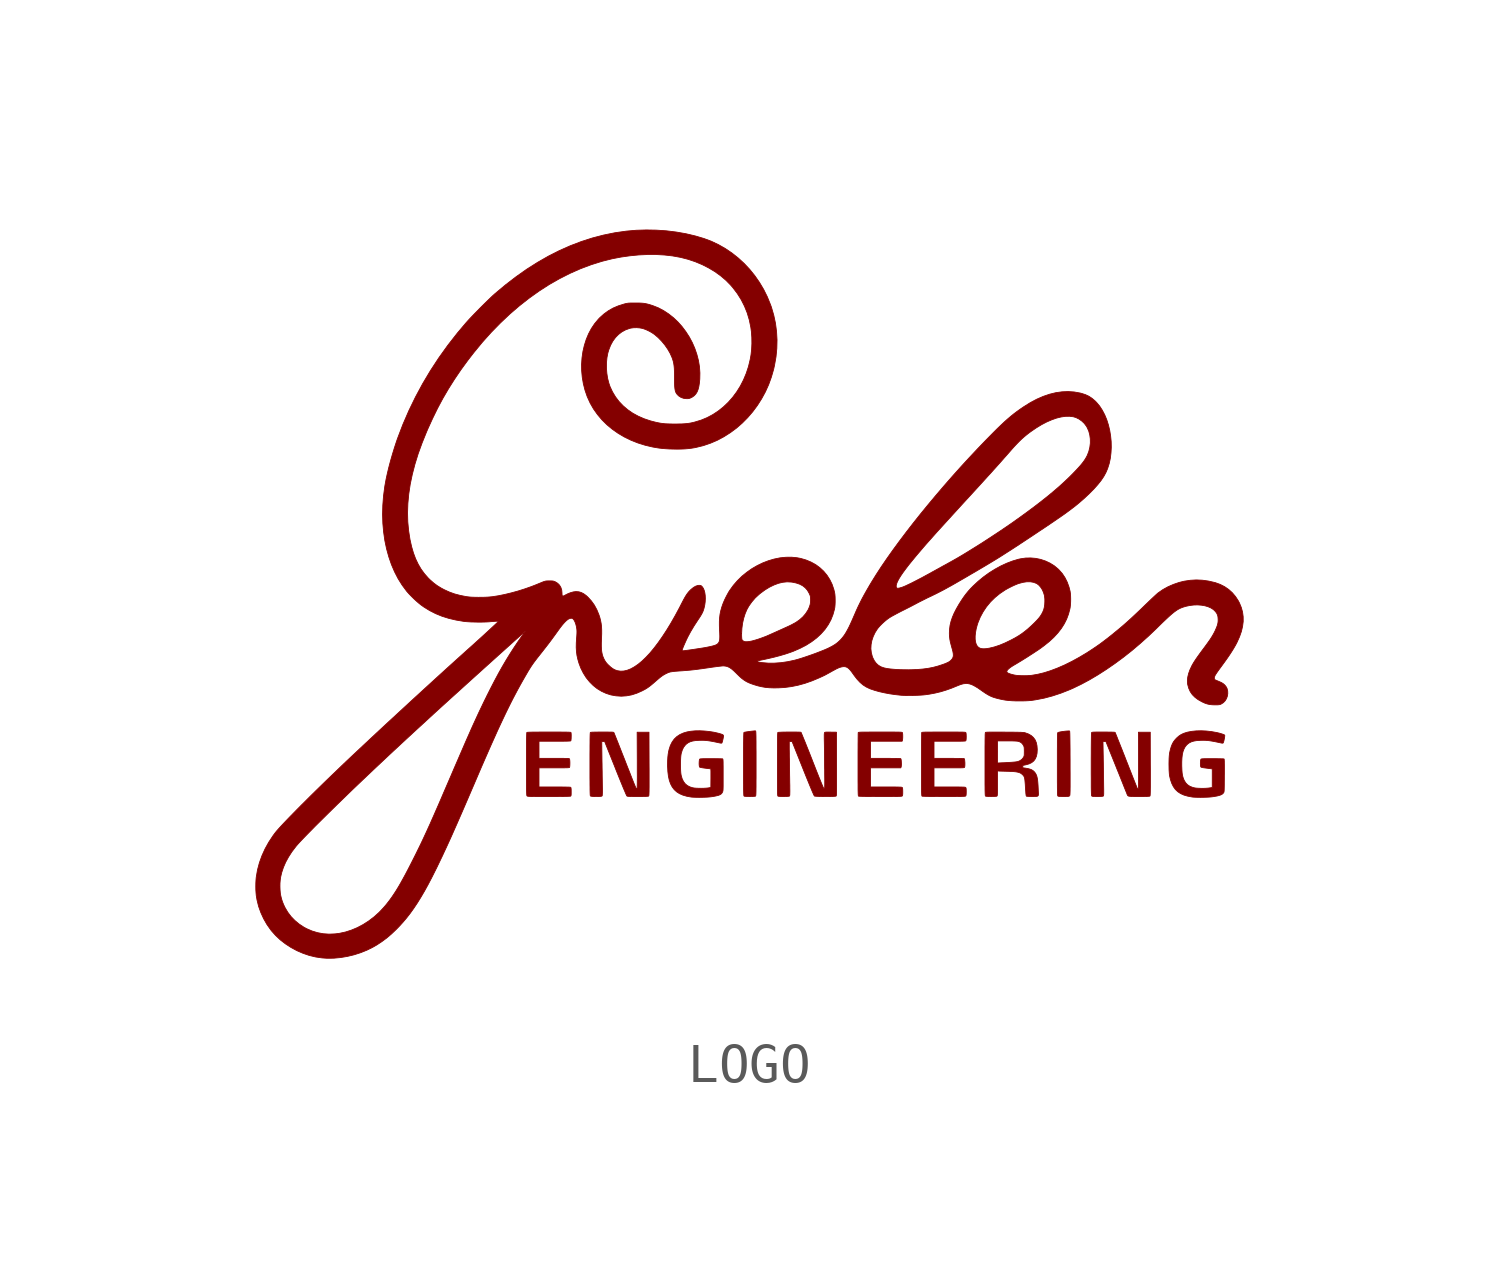
<source format=kicad_sym>
(kicad_symbol_lib
  (version 20220914)
  (generator "bitmap2component")
  (generator_version "8.0")
  (symbol "LOGO"
    (pin_names
      (offset 1.016))
    (property "Reference" "#G"
      (at 0 24.365 0)
      (effects (font (size 1.27 1.27)) hide))
    (symbol "LOGO_0_0"
      (polyline (pts (xy -10.534 -9.23) (xy -10.362 -9.214) (xy -10.189 -9.185) (xy -10.018 -9.144) (xy -9.85 -9.09) (xy -9.689 -9.025) (xy -9.537 -8.949) (xy -9.445 -8.896) (xy -9.317 -8.812) (xy -9.193 -8.72) (xy -9.072 -8.617) (xy -8.949 -8.5) (xy -8.878 -8.427) (xy -8.781 -8.321) (xy -8.687 -8.21) (xy -8.595 -8.092) (xy -8.505 -7.966) (xy -8.415 -7.831) (xy -8.325 -7.686) (xy -8.233 -7.529) (xy -8.14 -7.36) (xy -8.044 -7.177) (xy -7.945 -6.979) (xy -7.914 -6.917) (xy -7.867 -6.819) (xy -7.821 -6.723) (xy -7.774 -6.625) (xy -7.728 -6.525) (xy -7.68 -6.423) (xy -7.631 -6.316) (xy -7.58 -6.204) (xy -7.527 -6.086) (xy -7.472 -5.961) (xy -7.413 -5.828) (xy -7.351 -5.686) (xy -7.284 -5.533) (xy -7.213 -5.369) (xy -7.137 -5.193) (xy -7.056 -5.004) (xy -6.968 -4.8) (xy -6.888 -4.613) (xy -6.792 -4.389) (xy -6.701 -4.18) (xy -6.615 -3.984) (xy -6.534 -3.8) (xy -6.456 -3.627) (xy -6.383 -3.464) (xy -6.312 -3.311) (xy -6.244 -3.166) (xy -6.179 -3.029) (xy -6.115 -2.898) (xy -6.053 -2.773) (xy -5.992 -2.653) (xy -5.931 -2.537) (xy -5.871 -2.424) (xy -5.81 -2.313) (xy -5.749 -2.204) (xy -5.686 -2.094) (xy -5.622 -1.984) (xy -5.598 -1.943) (xy -5.566 -1.892) (xy -5.536 -1.844) (xy -5.504 -1.797) (xy -5.47 -1.748) (xy -5.431 -1.696) (xy -5.387 -1.638) (xy -5.335 -1.572) (xy -5.274 -1.495) (xy -5.269 -1.489) (xy -5.18 -1.375) (xy -5.096 -1.267) (xy -5.015 -1.159) (xy -4.933 -1.047) (xy -4.846 -0.926) (xy -4.796 -0.857) (xy -4.737 -0.782) (xy -4.684 -0.722) (xy -4.636 -0.675) (xy -4.593 -0.642) (xy -4.554 -0.623) (xy -4.52 -0.617) (xy -4.512 -0.617) (xy -4.491 -0.62) (xy -4.475 -0.63) (xy -4.456 -0.65) (xy -4.445 -0.665) (xy -4.422 -0.708) (xy -4.402 -0.762) (xy -4.386 -0.824) (xy -4.375 -0.891) (xy -4.372 -0.924) (xy -4.371 -0.961) (xy -4.372 -1.003) (xy -4.375 -1.054) (xy -4.38 -1.119) (xy -4.388 -1.241) (xy -4.39 -1.355) (xy -4.384 -1.459) (xy -4.371 -1.559) (xy -4.349 -1.657) (xy -4.32 -1.757) (xy -4.273 -1.881) (xy -4.21 -2.007) (xy -4.136 -2.124) (xy -4.052 -2.228) (xy -3.959 -2.321) (xy -3.858 -2.401) (xy -3.748 -2.468) (xy -3.632 -2.521) (xy -3.51 -2.56) (xy -3.382 -2.583) (xy -3.249 -2.592) (xy -3.246 -2.592) (xy -3.114 -2.583) (xy -2.983 -2.558) (xy -2.853 -2.516) (xy -2.722 -2.458) (xy -2.697 -2.445) (xy -2.639 -2.414) (xy -2.589 -2.383) (xy -2.542 -2.35) (xy -2.492 -2.311) (xy -2.436 -2.264) (xy -2.388 -2.222) (xy -2.344 -2.184) (xy -2.31 -2.155) (xy -2.283 -2.132) (xy -2.261 -2.114) (xy -2.242 -2.1) (xy -2.225 -2.087) (xy -2.208 -2.075) (xy -2.184 -2.059) (xy -2.124 -2.025) (xy -2.065 -1.997) (xy -2.012 -1.979) (xy -2.005 -1.978) (xy -1.975 -1.973) (xy -1.935 -1.967) (xy -1.888 -1.962) (xy -1.839 -1.958) (xy -1.772 -1.953) (xy -1.694 -1.948) (xy -1.624 -1.942) (xy -1.561 -1.937) (xy -1.503 -1.932) (xy -1.447 -1.926) (xy -1.391 -1.92) (xy -1.332 -1.913) (xy -1.269 -1.904) (xy -1.198 -1.895) (xy -1.119 -1.883) (xy -1.027 -1.87) (xy -0.921 -1.854) (xy -0.888 -1.85) (xy -0.83 -1.842) (xy -0.775 -1.835) (xy -0.728 -1.83) (xy -0.69 -1.826) (xy -0.666 -1.825) (xy -0.637 -1.826) (xy -0.589 -1.833) (xy -0.543 -1.848) (xy -0.497 -1.871) (xy -0.449 -1.905) (xy -0.396 -1.951) (xy -0.336 -2.009) (xy -0.309 -2.036) (xy -0.247 -2.096) (xy -0.191 -2.145) (xy -0.137 -2.185) (xy -0.083 -2.219) (xy -0.026 -2.248) (xy 0.038 -2.274) (xy 0.113 -2.3) (xy 0.123 -2.303) (xy 0.22 -2.332) (xy 0.313 -2.353) (xy 0.406 -2.369) (xy 0.503 -2.378) (xy 0.608 -2.382) (xy 0.724 -2.381) (xy 0.886 -2.372) (xy 1.059 -2.349) (xy 1.232 -2.314) (xy 1.406 -2.266) (xy 1.583 -2.204) (xy 1.767 -2.127) (xy 1.801 -2.111) (xy 1.841 -2.093) (xy 1.877 -2.076) (xy 1.912 -2.059) (xy 1.949 -2.039) (xy 1.991 -2.016) (xy 2.042 -1.988) (xy 2.104 -1.953) (xy 2.145 -1.931) (xy 2.204 -1.899) (xy 2.254 -1.876) (xy 2.296 -1.86) (xy 2.334 -1.85) (xy 2.37 -1.844) (xy 2.389 -1.843) (xy 2.424 -1.845) (xy 2.456 -1.854) (xy 2.488 -1.871) (xy 2.52 -1.897) (xy 2.555 -1.934) (xy 2.594 -1.984) (xy 2.638 -2.046) (xy 2.655 -2.07) (xy 2.728 -2.164) (xy 2.801 -2.242) (xy 2.877 -2.307) (xy 2.957 -2.358) (xy 3.042 -2.399) (xy 3.067 -2.409) (xy 3.174 -2.445) (xy 3.292 -2.478) (xy 3.421 -2.507) (xy 3.555 -2.532) (xy 3.693 -2.552) (xy 3.831 -2.567) (xy 3.852 -2.569) (xy 3.918 -2.572) (xy 3.994 -2.573) (xy 4.077 -2.574) (xy 4.163 -2.572) (xy 4.248 -2.57) (xy 4.328 -2.566) (xy 4.399 -2.561) (xy 4.458 -2.555) (xy 4.561 -2.54) (xy 4.704 -2.513) (xy 4.842 -2.48) (xy 4.978 -2.439) (xy 5.117 -2.39) (xy 5.264 -2.33) (xy 5.285 -2.321) (xy 5.354 -2.295) (xy 5.416 -2.278) (xy 5.474 -2.271) (xy 5.531 -2.272) (xy 5.588 -2.284) (xy 5.647 -2.306) (xy 5.711 -2.339) (xy 5.783 -2.382) (xy 5.863 -2.438) (xy 5.91 -2.471) (xy 5.973 -2.514) (xy 6.028 -2.548) (xy 6.078 -2.576) (xy 6.126 -2.599) (xy 6.175 -2.618) (xy 6.229 -2.635) (xy 6.289 -2.651) (xy 6.333 -2.662) (xy 6.412 -2.679) (xy 6.488 -2.692) (xy 6.564 -2.701) (xy 6.645 -2.707) (xy 6.735 -2.711) (xy 6.838 -2.712) (xy 6.872 -2.712) (xy 6.949 -2.711) (xy 7.013 -2.709) (xy 7.068 -2.706) (xy 7.117 -2.702) (xy 7.162 -2.697) (xy 7.252 -2.683) (xy 7.464 -2.642) (xy 7.675 -2.586) (xy 7.888 -2.516) (xy 8.104 -2.431) (xy 8.198 -2.39) (xy 8.403 -2.291) (xy 8.612 -2.179) (xy 8.825 -2.053) (xy 9.04 -1.915) (xy 9.256 -1.766) (xy 9.472 -1.607) (xy 9.686 -1.438) (xy 9.896 -1.26) (xy 10.103 -1.075) (xy 10.304 -0.884) (xy 10.391 -0.798) (xy 10.472 -0.719) (xy 10.544 -0.651) (xy 10.608 -0.591) (xy 10.664 -0.54) (xy 10.714 -0.497) (xy 10.759 -0.461) (xy 10.8 -0.431) (xy 10.837 -0.406) (xy 10.873 -0.385) (xy 10.908 -0.367) (xy 10.943 -0.352) (xy 10.98 -0.338) (xy 11.055 -0.315) (xy 11.155 -0.294) (xy 11.255 -0.282) (xy 11.353 -0.279) (xy 11.448 -0.286) (xy 11.537 -0.301) (xy 11.619 -0.325) (xy 11.692 -0.357) (xy 11.754 -0.397) (xy 11.803 -0.445) (xy 11.813 -0.457) (xy 11.841 -0.497) (xy 11.858 -0.536) (xy 11.869 -0.58) (xy 11.873 -0.633) (xy 11.874 -0.667) (xy 11.872 -0.712) (xy 11.864 -0.756) (xy 11.852 -0.802) (xy 11.832 -0.854) (xy 11.805 -0.917) (xy 11.79 -0.949) (xy 11.765 -0.998) (xy 11.737 -1.048) (xy 11.705 -1.101) (xy 11.668 -1.158) (xy 11.623 -1.222) (xy 11.571 -1.294) (xy 11.509 -1.378) (xy 11.458 -1.446) (xy 11.403 -1.521) (xy 11.356 -1.587) (xy 11.316 -1.644) (xy 11.282 -1.695) (xy 11.253 -1.741) (xy 11.227 -1.785) (xy 11.204 -1.827) (xy 11.202 -1.832) (xy 11.157 -1.928) (xy 11.124 -2.022) (xy 11.103 -2.112) (xy 11.095 -2.197) (xy 11.099 -2.273) (xy 11.103 -2.298) (xy 11.129 -2.392) (xy 11.167 -2.476) (xy 11.219 -2.552) (xy 11.286 -2.619) (xy 11.367 -2.68) (xy 11.463 -2.734) (xy 11.467 -2.736) (xy 11.534 -2.767) (xy 11.595 -2.788) (xy 11.654 -2.802) (xy 11.718 -2.809) (xy 11.792 -2.812) (xy 11.818 -2.812) (xy 11.858 -2.811) (xy 11.887 -2.809) (xy 11.909 -2.806) (xy 11.928 -2.801) (xy 11.948 -2.792) (xy 11.954 -2.789) (xy 12.007 -2.755) (xy 12.051 -2.709) (xy 12.085 -2.654) (xy 12.107 -2.593) (xy 12.118 -2.528) (xy 12.116 -2.462) (xy 12.1 -2.397) (xy 12.079 -2.356) (xy 12.043 -2.31) (xy 11.998 -2.271) (xy 11.949 -2.242) (xy 11.948 -2.242) (xy 11.917 -2.229) (xy 11.879 -2.212) (xy 11.842 -2.197) (xy 11.817 -2.186) (xy 11.796 -2.176) (xy 11.784 -2.167) (xy 11.779 -2.155) (xy 11.777 -2.14) (xy 11.776 -2.129) (xy 11.78 -2.108) (xy 11.789 -2.083) (xy 11.804 -2.053) (xy 11.828 -2.016) (xy 11.86 -1.969) (xy 11.901 -1.912) (xy 11.964 -1.826) (xy 12.036 -1.727) (xy 12.099 -1.639) (xy 12.154 -1.559) (xy 12.202 -1.486) (xy 12.244 -1.42) (xy 12.281 -1.358) (xy 12.315 -1.299) (xy 12.345 -1.242) (xy 12.354 -1.224) (xy 12.416 -1.086) (xy 12.463 -0.952) (xy 12.493 -0.823) (xy 12.509 -0.698) (xy 12.508 -0.577) (xy 12.492 -0.458) (xy 12.46 -0.343) (xy 12.413 -0.229) (xy 12.384 -0.174) (xy 12.314 -0.067) (xy 12.233 0.029) (xy 12.141 0.112) (xy 12.038 0.183) (xy 11.926 0.24) (xy 11.805 0.284) (xy 11.79 0.288) (xy 11.631 0.325) (xy 11.475 0.347) (xy 11.321 0.354) (xy 11.167 0.345) (xy 11.01 0.321) (xy 10.885 0.29) (xy 10.742 0.241) (xy 10.604 0.181) (xy 10.474 0.109) (xy 10.356 0.027) (xy 10.354 0.026) (xy 10.336 0.011) (xy 10.307 -0.015) (xy 10.27 -0.049) (xy 10.226 -0.09) (xy 10.177 -0.136) (xy 10.125 -0.186) (xy 10.071 -0.238) (xy 10.03 -0.277) (xy 9.928 -0.376) (xy 9.835 -0.464) (xy 9.75 -0.544) (xy 9.671 -0.618) (xy 9.596 -0.686) (xy 9.524 -0.75) (xy 9.453 -0.812) (xy 9.381 -0.873) (xy 9.307 -0.934) (xy 9.229 -0.998) (xy 9.203 -1.02) (xy 9.09 -1.11) (xy 8.984 -1.191) (xy 8.884 -1.266) (xy 8.784 -1.336) (xy 8.683 -1.404) (xy 8.546 -1.493) (xy 8.355 -1.607) (xy 8.167 -1.71) (xy 7.983 -1.801) (xy 7.804 -1.879) (xy 7.63 -1.945) (xy 7.463 -1.998) (xy 7.302 -2.037) (xy 7.15 -2.063) (xy 7.105 -2.067) (xy 7.035 -2.072) (xy 6.961 -2.073) (xy 6.886 -2.072) (xy 6.816 -2.069) (xy 6.754 -2.063) (xy 6.704 -2.054) (xy 6.679 -2.048) (xy 6.625 -2.034) (xy 6.581 -2.019) (xy 6.548 -2.005) (xy 6.529 -1.992) (xy 6.52 -1.975) (xy 6.522 -1.953) (xy 6.538 -1.927) (xy 6.568 -1.897) (xy 6.612 -1.862) (xy 6.672 -1.823) (xy 6.747 -1.779) (xy 6.767 -1.767) (xy 6.823 -1.733) (xy 6.89 -1.693) (xy 6.962 -1.648) (xy 7.039 -1.6) (xy 7.116 -1.55) (xy 7.191 -1.502) (xy 7.26 -1.456) (xy 7.321 -1.416) (xy 7.371 -1.381) (xy 7.459 -1.316) (xy 7.593 -1.209) (xy 7.711 -1.1) (xy 7.813 -0.989) (xy 7.901 -0.876) (xy 7.975 -0.759) (xy 8.036 -0.638) (xy 8.083 -0.512) (xy 8.118 -0.38) (xy 8.125 -0.343) (xy 8.132 -0.278) (xy 8.137 -0.204) (xy 8.138 -0.129) (xy 8.136 -0.055) (xy 8.131 0.011) (xy 8.123 0.067) (xy 8.096 0.172) (xy 8.051 0.297) (xy 7.994 0.411) (xy 7.925 0.515) (xy 7.842 0.609) (xy 7.814 0.636) (xy 7.718 0.715) (xy 7.611 0.781) (xy 7.497 0.834) (xy 7.377 0.874) (xy 7.252 0.9) (xy 7.124 0.911) (xy 6.995 0.908) (xy 6.867 0.889) (xy 6.812 0.877) (xy 6.667 0.834) (xy 6.518 0.777) (xy 6.367 0.707) (xy 6.218 0.625) (xy 6.071 0.533) (xy 5.929 0.43) (xy 5.794 0.319) (xy 5.666 0.2) (xy 5.605 0.138) (xy 5.544 0.07) (xy 5.489 0.003) (xy 5.435 -0.069) (xy 5.379 -0.151) (xy 5.31 -0.259) (xy 5.242 -0.377) (xy 5.185 -0.488) (xy 5.14 -0.594) (xy 5.106 -0.695) (xy 5.082 -0.794) (xy 5.069 -0.893) (xy 5.064 -0.992) (xy 5.065 -1.036) (xy 5.067 -1.067) (xy 5.718 -1.067) (xy 5.727 -0.98) (xy 5.744 -0.886) (xy 5.77 -0.787) (xy 5.789 -0.729) (xy 5.847 -0.588) (xy 5.92 -0.453) (xy 6.006 -0.325) (xy 6.106 -0.204) (xy 6.219 -0.093) (xy 6.342 0.008) (xy 6.476 0.098) (xy 6.528 0.128) (xy 6.588 0.16) (xy 6.652 0.192) (xy 6.715 0.221) (xy 6.772 0.245) (xy 6.82 0.263) (xy 6.824 0.264) (xy 6.928 0.292) (xy 7.026 0.307) (xy 7.115 0.307) (xy 7.197 0.293) (xy 7.271 0.265) (xy 7.288 0.255) (xy 7.336 0.217) (xy 7.38 0.166) (xy 7.419 0.105) (xy 7.449 0.036) (xy 7.471 -0.036) (xy 7.476 -0.067) (xy 7.483 -0.132) (xy 7.483 -0.203) (xy 7.479 -0.275) (xy 7.469 -0.341) (xy 7.455 -0.396) (xy 7.452 -0.406) (xy 7.429 -0.46) (xy 7.402 -0.512) (xy 7.369 -0.564) (xy 7.327 -0.618) (xy 7.276 -0.675) (xy 7.214 -0.738) (xy 7.14 -0.809) (xy 7.132 -0.816) (xy 7.051 -0.889) (xy 6.974 -0.952) (xy 6.899 -1.008) (xy 6.821 -1.06) (xy 6.735 -1.111) (xy 6.638 -1.163) (xy 6.622 -1.171) (xy 6.474 -1.243) (xy 6.335 -1.301) (xy 6.204 -1.344) (xy 6.081 -1.374) (xy 6.004 -1.387) (xy 5.939 -1.391) (xy 5.886 -1.388) (xy 5.841 -1.376) (xy 5.805 -1.356) (xy 5.774 -1.326) (xy 5.771 -1.322) (xy 5.745 -1.276) (xy 5.727 -1.217) (xy 5.718 -1.147) (xy 5.718 -1.067) (xy 5.067 -1.067) (xy 5.069 -1.093) (xy 5.076 -1.15) (xy 5.087 -1.21) (xy 5.104 -1.277) (xy 5.125 -1.356) (xy 5.137 -1.398) (xy 5.154 -1.464) (xy 5.163 -1.517) (xy 5.165 -1.561) (xy 5.159 -1.598) (xy 5.146 -1.63) (xy 5.125 -1.66) (xy 5.097 -1.689) (xy 5.09 -1.695) (xy 5.066 -1.714) (xy 5.037 -1.731) (xy 5.001 -1.748) (xy 4.954 -1.768) (xy 4.9 -1.788) (xy 4.778 -1.828) (xy 4.654 -1.861) (xy 4.527 -1.886) (xy 4.393 -1.904) (xy 4.248 -1.916) (xy 4.092 -1.922) (xy 4.03 -1.923) (xy 3.911 -1.922) (xy 3.793 -1.919) (xy 3.681 -1.912) (xy 3.577 -1.903) (xy 3.486 -1.891) (xy 3.411 -1.875) (xy 3.333 -1.848) (xy 3.267 -1.809) (xy 3.211 -1.758) (xy 3.164 -1.695) (xy 3.125 -1.618) (xy 3.112 -1.585) (xy 3.087 -1.489) (xy 3.076 -1.39) (xy 3.081 -1.287) (xy 3.1 -1.184) (xy 3.134 -1.082) (xy 3.181 -0.982) (xy 3.242 -0.886) (xy 3.266 -0.856) (xy 3.312 -0.804) (xy 3.366 -0.75) (xy 3.425 -0.697) (xy 3.483 -0.649) (xy 3.538 -0.609) (xy 3.542 -0.607) (xy 3.575 -0.586) (xy 3.62 -0.56) (xy 3.674 -0.531) (xy 3.733 -0.499) (xy 3.796 -0.466) (xy 3.858 -0.434) (xy 3.923 -0.402) (xy 3.992 -0.367) (xy 4.061 -0.332) (xy 4.126 -0.298) (xy 4.183 -0.268) (xy 4.229 -0.244) (xy 4.245 -0.235) (xy 4.3 -0.206) (xy 4.364 -0.174) (xy 4.432 -0.14) (xy 4.499 -0.106) (xy 4.562 -0.076) (xy 4.595 -0.061) (xy 4.66 -0.029) (xy 4.722 0.001) (xy 4.783 0.032) (xy 4.843 0.063) (xy 4.905 0.095) (xy 4.97 0.13) (xy 5.038 0.168) (xy 5.113 0.209) (xy 5.194 0.255) (xy 5.284 0.307) (xy 5.384 0.365) (xy 5.495 0.429) (xy 5.619 0.502) (xy 5.716 0.558) (xy 5.824 0.622) (xy 5.924 0.681) (xy 6.018 0.737) (xy 6.108 0.791) (xy 6.194 0.843) (xy 6.279 0.895) (xy 6.364 0.948) (xy 6.45 1.003) (xy 6.539 1.06) (xy 6.633 1.12) (xy 6.733 1.185) (xy 6.841 1.256) (xy 6.958 1.333) (xy 7.085 1.417) (xy 7.225 1.51) (xy 7.343 1.589) (xy 7.476 1.677) (xy 7.596 1.758) (xy 7.705 1.832) (xy 7.804 1.9) (xy 7.894 1.962) (xy 7.976 2.019) (xy 8.05 2.073) (xy 8.118 2.123) (xy 8.181 2.171) (xy 8.24 2.216) (xy 8.296 2.261) (xy 8.349 2.305) (xy 8.401 2.35) (xy 8.454 2.396) (xy 8.507 2.444) (xy 8.611 2.542) (xy 8.725 2.657) (xy 8.824 2.768) (xy 8.908 2.873) (xy 8.976 2.974) (xy 9.029 3.071) (xy 9.073 3.173) (xy 9.113 3.299) (xy 9.142 3.432) (xy 9.159 3.571) (xy 9.167 3.713) (xy 9.164 3.857) (xy 9.15 4) (xy 9.127 4.142) (xy 9.094 4.28) (xy 9.052 4.413) (xy 9 4.538) (xy 8.939 4.654) (xy 8.87 4.76) (xy 8.792 4.853) (xy 8.754 4.891) (xy 8.677 4.956) (xy 8.598 5.008) (xy 8.512 5.048) (xy 8.416 5.079) (xy 8.378 5.089) (xy 8.227 5.116) (xy 8.074 5.126) (xy 7.919 5.12) (xy 7.762 5.098) (xy 7.603 5.059) (xy 7.442 5.004) (xy 7.279 4.933) (xy 7.114 4.845) (xy 6.946 4.74) (xy 6.861 4.682) (xy 6.779 4.623) (xy 6.699 4.563) (xy 6.62 4.499) (xy 6.54 4.431) (xy 6.457 4.357) (xy 6.369 4.274) (xy 6.274 4.183) (xy 6.171 4.08) (xy 5.993 3.899) (xy 5.777 3.674) (xy 5.562 3.445) (xy 5.348 3.212) (xy 5.137 2.976) (xy 4.929 2.738) (xy 4.725 2.499) (xy 4.526 2.261) (xy 4.332 2.024) (xy 4.146 1.79) (xy 3.966 1.558) (xy 3.795 1.331) (xy 3.633 1.11) (xy 3.48 0.894) (xy 3.338 0.686) (xy 3.208 0.486) (xy 3.09 0.296) (xy 3.043 0.217) (xy 3.032 0.198) (xy 3.717 0.198) (xy 3.72 0.227) (xy 3.733 0.272) (xy 3.756 0.325) (xy 3.79 0.388) (xy 3.834 0.459) (xy 3.89 0.541) (xy 3.957 0.632) (xy 4.035 0.734) (xy 4.126 0.846) (xy 4.228 0.97) (xy 4.25 0.996) (xy 4.303 1.058) (xy 4.357 1.121) (xy 4.412 1.186) (xy 4.471 1.254) (xy 4.533 1.324) (xy 4.6 1.399) (xy 4.672 1.48) (xy 4.749 1.567) (xy 4.834 1.66) (xy 4.926 1.761) (xy 5.026 1.871) (xy 5.135 1.991) (xy 5.254 2.121) (xy 5.383 2.263) (xy 5.472 2.36) (xy 5.59 2.488) (xy 5.697 2.605) (xy 5.795 2.712) (xy 5.885 2.811) (xy 5.967 2.901) (xy 6.042 2.984) (xy 6.112 3.06) (xy 6.176 3.132) (xy 6.236 3.198) (xy 6.292 3.261) (xy 6.346 3.321) (xy 6.397 3.379) (xy 6.447 3.436) (xy 6.497 3.492) (xy 6.548 3.55) (xy 6.599 3.608) (xy 6.637 3.652) (xy 6.71 3.734) (xy 6.777 3.805) (xy 6.839 3.868) (xy 6.898 3.925) (xy 6.957 3.977) (xy 7.017 4.027) (xy 7.081 4.077) (xy 7.13 4.113) (xy 7.266 4.206) (xy 7.399 4.287) (xy 7.529 4.355) (xy 7.656 4.41) (xy 7.777 4.453) (xy 7.894 4.482) (xy 8.004 4.498) (xy 8.107 4.5) (xy 8.203 4.488) (xy 8.271 4.468) (xy 8.348 4.43) (xy 8.42 4.379) (xy 8.484 4.318) (xy 8.537 4.247) (xy 8.555 4.215) (xy 8.595 4.126) (xy 8.621 4.029) (xy 8.635 3.926) (xy 8.636 3.821) (xy 8.623 3.716) (xy 8.598 3.612) (xy 8.56 3.513) (xy 8.542 3.477) (xy 8.513 3.426) (xy 8.479 3.374) (xy 8.438 3.319) (xy 8.389 3.259) (xy 8.331 3.194) (xy 8.263 3.121) (xy 8.184 3.039) (xy 8.106 2.961) (xy 7.981 2.842) (xy 7.848 2.721) (xy 7.705 2.598) (xy 7.551 2.47) (xy 7.386 2.339) (xy 7.209 2.203) (xy 7.019 2.062) (xy 6.814 1.913) (xy 6.803 1.906) (xy 6.66 1.804) (xy 6.509 1.7) (xy 6.354 1.595) (xy 6.195 1.49) (xy 6.035 1.385) (xy 5.876 1.282) (xy 5.718 1.183) (xy 5.565 1.088) (xy 5.418 0.998) (xy 5.278 0.915) (xy 5.148 0.841) (xy 5.029 0.775) (xy 5.008 0.763) (xy 4.955 0.734) (xy 4.892 0.7) (xy 4.823 0.661) (xy 4.75 0.621) (xy 4.678 0.581) (xy 4.608 0.543) (xy 4.59 0.532) (xy 4.481 0.473) (xy 4.377 0.416) (xy 4.277 0.364) (xy 4.184 0.316) (xy 4.1 0.273) (xy 4.024 0.237) (xy 3.959 0.206) (xy 3.905 0.183) (xy 3.865 0.168) (xy 3.854 0.165) (xy 3.805 0.15) (xy 3.768 0.143) (xy 3.743 0.144) (xy 3.727 0.153) (xy 3.719 0.172) (xy 3.717 0.198) (xy 3.032 0.198) (xy 2.973 0.097) (xy 2.91 -0.015) (xy 2.853 -0.12) (xy 2.801 -0.223) (xy 2.751 -0.325) (xy 2.703 -0.43) (xy 2.655 -0.542) (xy 2.646 -0.562) (xy 2.599 -0.67) (xy 2.557 -0.763) (xy 2.518 -0.845) (xy 2.481 -0.915) (xy 2.446 -0.977) (xy 2.412 -1.032) (xy 2.377 -1.08) (xy 2.341 -1.125) (xy 2.303 -1.167) (xy 2.291 -1.179) (xy 2.232 -1.233) (xy 2.166 -1.282) (xy 2.089 -1.328) (xy 1.999 -1.374) (xy 1.984 -1.381) (xy 1.921 -1.409) (xy 1.845 -1.44) (xy 1.761 -1.473) (xy 1.67 -1.508) (xy 1.576 -1.542) (xy 1.481 -1.575) (xy 1.39 -1.606) (xy 1.304 -1.634) (xy 1.227 -1.657) (xy 1.162 -1.675) (xy 1.152 -1.678) (xy 0.977 -1.716) (xy 0.803 -1.742) (xy 0.634 -1.754) (xy 0.471 -1.754) (xy 0.317 -1.741) (xy 0.303 -1.739) (xy 0.252 -1.73) (xy 0.216 -1.722) (xy 0.196 -1.713) (xy 0.192 -1.705) (xy 0.204 -1.697) (xy 0.209 -1.696) (xy 0.228 -1.691) (xy 0.26 -1.684) (xy 0.299 -1.676) (xy 0.344 -1.667) (xy 0.469 -1.64) (xy 0.622 -1.604) (xy 0.767 -1.566) (xy 0.904 -1.526) (xy 1.026 -1.485) (xy 1.108 -1.455) (xy 1.277 -1.382) (xy 1.432 -1.302) (xy 1.573 -1.213) (xy 1.7 -1.117) (xy 1.812 -1.013) (xy 1.911 -0.902) (xy 1.994 -0.783) (xy 2.063 -0.657) (xy 2.116 -0.523) (xy 2.155 -0.383) (xy 2.163 -0.338) (xy 2.168 -0.278) (xy 2.171 -0.21) (xy 2.171 -0.139) (xy 2.169 -0.071) (xy 2.164 -0.01) (xy 2.156 0.039) (xy 2.137 0.114) (xy 2.093 0.244) (xy 2.034 0.364) (xy 1.963 0.474) (xy 1.88 0.574) (xy 1.784 0.663) (xy 1.678 0.741) (xy 1.56 0.806) (xy 1.433 0.859) (xy 1.296 0.899) (xy 1.205 0.916) (xy 1.063 0.93) (xy 0.918 0.928) (xy 0.772 0.913) (xy 0.625 0.883) (xy 0.479 0.84) (xy 0.336 0.785) (xy 0.196 0.717) (xy 0.06 0.638) (xy -0.069 0.547) (xy -0.192 0.447) (xy -0.305 0.336) (xy -0.409 0.216) (xy -0.502 0.087) (xy -0.523 0.054) (xy -0.558 -0.008) (xy -0.595 -0.078) (xy -0.63 -0.15) (xy -0.66 -0.219) (xy -0.683 -0.279) (xy -0.703 -0.338) (xy -0.728 -0.427) (xy -0.746 -0.514) (xy -0.757 -0.604) (xy -0.763 -0.7) (xy -0.763 -0.805) (xy -0.759 -0.922) (xy -0.757 -0.943) (xy -0.754 -1.004) (xy -0.199 -1.004) (xy -0.192 -0.873) (xy -0.175 -0.744) (xy -0.147 -0.619) (xy -0.11 -0.502) (xy -0.065 -0.396) (xy -0.015 -0.307) (xy 0.06 -0.202) (xy 0.145 -0.103) (xy 0.24 -0.015) (xy 0.279 0.017) (xy 0.393 0.101) (xy 0.508 0.171) (xy 0.622 0.226) (xy 0.734 0.268) (xy 0.844 0.294) (xy 0.951 0.305) (xy 1.054 0.3) (xy 1.081 0.297) (xy 1.182 0.276) (xy 1.271 0.246) (xy 1.347 0.206) (xy 1.412 0.155) (xy 1.466 0.094) (xy 1.509 0.021) (xy 1.522 -0.007) (xy 1.534 -0.035) (xy 1.542 -0.061) (xy 1.546 -0.091) (xy 1.548 -0.131) (xy 1.549 -0.148) (xy 1.547 -0.209) (xy 1.538 -0.266) (xy 1.52 -0.324) (xy 1.493 -0.388) (xy 1.479 -0.414) (xy 1.423 -0.501) (xy 1.353 -0.582) (xy 1.269 -0.657) (xy 1.173 -0.724) (xy 1.064 -0.783) (xy 1.038 -0.796) (xy 0.994 -0.817) (xy 0.939 -0.842) (xy 0.875 -0.871) (xy 0.807 -0.902) (xy 0.736 -0.934) (xy 0.665 -0.966) (xy 0.598 -0.996) (xy 0.535 -1.024) (xy 0.481 -1.048) (xy 0.438 -1.067) (xy 0.382 -1.089) (xy 0.307 -1.117) (xy 0.227 -1.145) (xy 0.147 -1.17) (xy 0.074 -1.19) (xy 0.063 -1.193) (xy 0.008 -1.204) (xy -0.045 -1.211) (xy -0.09 -1.212) (xy -0.124 -1.209) (xy -0.125 -1.208) (xy -0.151 -1.197) (xy -0.174 -1.18) (xy -0.18 -1.174) (xy -0.187 -1.163) (xy -0.192 -1.15) (xy -0.195 -1.131) (xy -0.197 -1.102) (xy -0.199 -1.06) (xy -0.199 -1.004) (xy -0.754 -1.004) (xy -0.754 -1.014) (xy -0.752 -1.07) (xy -0.753 -1.116) (xy -0.755 -1.152) (xy -0.759 -1.181) (xy -0.766 -1.205) (xy -0.776 -1.226) (xy -0.786 -1.243) (xy -0.803 -1.262) (xy -0.826 -1.28) (xy -0.856 -1.295) (xy -0.896 -1.309) (xy -0.947 -1.323) (xy -1.012 -1.338) (xy -1.091 -1.354) (xy -1.092 -1.354) (xy -1.129 -1.361) (xy -1.176 -1.369) (xy -1.232 -1.378) (xy -1.293 -1.387) (xy -1.357 -1.397) (xy -1.422 -1.407) (xy -1.484 -1.416) (xy -1.543 -1.424) (xy -1.595 -1.431) (xy -1.638 -1.437) (xy -1.669 -1.44) (xy -1.686 -1.442) (xy -1.7 -1.441) (xy -1.707 -1.435) (xy -1.704 -1.419) (xy -1.702 -1.411) (xy -1.692 -1.382) (xy -1.677 -1.343) (xy -1.657 -1.296) (xy -1.634 -1.244) (xy -1.61 -1.19) (xy -1.585 -1.137) (xy -1.561 -1.088) (xy -1.493 -0.961) (xy -1.405 -0.813) (xy -1.304 -0.658) (xy -1.278 -0.62) (xy -1.244 -0.567) (xy -1.217 -0.522) (xy -1.196 -0.483) (xy -1.179 -0.446) (xy -1.165 -0.408) (xy -1.151 -0.362) (xy -1.133 -0.282) (xy -1.122 -0.201) (xy -1.118 -0.12) (xy -1.121 -0.043) (xy -1.131 0.029) (xy -1.148 0.092) (xy -1.171 0.145) (xy -1.2 0.185) (xy -1.212 0.197) (xy -1.23 0.21) (xy -1.249 0.215) (xy -1.277 0.217) (xy -1.307 0.214) (xy -1.362 0.196) (xy -1.421 0.162) (xy -1.482 0.112) (xy -1.504 0.091) (xy -1.534 0.06) (xy -1.562 0.026) (xy -1.59 -0.012) (xy -1.618 -0.056) (xy -1.649 -0.109) (xy -1.683 -0.173) (xy -1.723 -0.25) (xy -1.773 -0.348) (xy -1.883 -0.552) (xy -1.992 -0.743) (xy -2.1 -0.92) (xy -2.208 -1.085) (xy -2.314 -1.236) (xy -2.419 -1.374) (xy -2.522 -1.498) (xy -2.624 -1.607) (xy -2.723 -1.702) (xy -2.821 -1.783) (xy -2.916 -1.848) (xy -3.008 -1.899) (xy -3.097 -1.934) (xy -3.183 -1.954) (xy -3.266 -1.958) (xy -3.345 -1.946) (xy -3.353 -1.944) (xy -3.409 -1.924) (xy -3.462 -1.895) (xy -3.515 -1.856) (xy -3.571 -1.804) (xy -3.582 -1.794) (xy -3.616 -1.758) (xy -3.641 -1.726) (xy -3.662 -1.694) (xy -3.682 -1.658) (xy -3.69 -1.641) (xy -3.713 -1.587) (xy -3.73 -1.531) (xy -3.742 -1.471) (xy -3.75 -1.405) (xy -3.753 -1.33) (xy -3.753 -1.243) (xy -3.749 -1.143) (xy -3.748 -1.115) (xy -3.744 -1.009) (xy -3.744 -0.915) (xy -3.748 -0.831) (xy -3.757 -0.754) (xy -3.771 -0.68) (xy -3.789 -0.607) (xy -3.813 -0.532) (xy -3.814 -0.53) (xy -3.867 -0.401) (xy -3.931 -0.283) (xy -4.007 -0.177) (xy -4.093 -0.083) (xy -4.139 -0.041) (xy -4.201 0.004) (xy -4.262 0.035) (xy -4.323 0.053) (xy -4.387 0.058) (xy -4.403 0.058) (xy -4.464 0.05) (xy -4.529 0.032) (xy -4.593 0.008) (xy -4.65 -0.021) (xy -4.653 -0.022) (xy -4.681 -0.037) (xy -4.707 -0.05) (xy -4.725 -0.055) (xy -4.738 -0.053) (xy -4.745 -0.041) (xy -4.749 -0.017) (xy -4.75 0.022) (xy -4.75 0.024) (xy -4.757 0.099) (xy -4.779 0.165) (xy -4.813 0.222) (xy -4.86 0.269) (xy -4.918 0.305) (xy -4.93 0.31) (xy -4.952 0.319) (xy -4.972 0.325) (xy -4.996 0.328) (xy -5.027 0.329) (xy -5.071 0.329) (xy -5.082 0.329) (xy -5.109 0.329) (xy -5.13 0.328) (xy -5.149 0.327) (xy -5.168 0.324) (xy -5.189 0.318) (xy -5.215 0.31) (xy -5.247 0.298) (xy -5.287 0.281) (xy -5.339 0.26) (xy -5.404 0.233) (xy -5.527 0.185) (xy -5.692 0.127) (xy -5.862 0.073) (xy -6.034 0.026) (xy -6.203 -0.015) (xy -6.367 -0.048) (xy -6.521 -0.072) (xy -6.523 -0.072) (xy -6.576 -0.077) (xy -6.64 -0.082) (xy -6.712 -0.085) (xy -6.788 -0.086) (xy -6.866 -0.087) (xy -6.941 -0.086) (xy -7.011 -0.084) (xy -7.07 -0.081) (xy -7.117 -0.076) (xy -7.179 -0.068) (xy -7.33 -0.038) (xy -7.471 -0.001) (xy -7.604 0.047) (xy -7.733 0.106) (xy -7.805 0.144) (xy -7.907 0.206) (xy -8 0.275) (xy -8.089 0.353) (xy -8.139 0.402) (xy -8.234 0.51) (xy -8.319 0.626) (xy -8.393 0.752) (xy -8.458 0.888) (xy -8.513 1.035) (xy -8.56 1.196) (xy -8.599 1.37) (xy -8.6 1.371) (xy -8.635 1.595) (xy -8.657 1.823) (xy -8.663 2.055) (xy -8.655 2.291) (xy -8.632 2.533) (xy -8.595 2.779) (xy -8.542 3.031) (xy -8.475 3.289) (xy -8.393 3.553) (xy -8.295 3.823) (xy -8.183 4.1) (xy -8.152 4.173) (xy -8.028 4.445) (xy -7.901 4.705) (xy -7.767 4.955) (xy -7.625 5.198) (xy -7.474 5.437) (xy -7.312 5.676) (xy -7.136 5.917) (xy -6.985 6.112) (xy -6.767 6.377) (xy -6.542 6.628) (xy -6.31 6.865) (xy -6.074 7.088) (xy -5.831 7.297) (xy -5.584 7.491) (xy -5.332 7.671) (xy -5.076 7.836) (xy -4.815 7.985) (xy -4.551 8.119) (xy -4.284 8.237) (xy -4.013 8.339) (xy -3.74 8.425) (xy -3.697 8.436) (xy -3.477 8.491) (xy -3.253 8.534) (xy -3.028 8.566) (xy -2.804 8.588) (xy -2.582 8.598) (xy -2.365 8.598) (xy -2.154 8.586) (xy -1.951 8.563) (xy -1.758 8.528) (xy -1.739 8.524) (xy -1.553 8.476) (xy -1.372 8.415) (xy -1.198 8.342) (xy -1.033 8.258) (xy -0.878 8.165) (xy -0.733 8.061) (xy -0.601 7.949) (xy -0.482 7.829) (xy -0.423 7.761) (xy -0.309 7.611) (xy -0.21 7.454) (xy -0.127 7.29) (xy -0.058 7.119) (xy -0.005 6.942) (xy 0.033 6.758) (xy 0.048 6.646) (xy 0.059 6.497) (xy 0.061 6.344) (xy 0.054 6.194) (xy 0.038 6.052) (xy 0.017 5.935) (xy -0.026 5.757) (xy -0.083 5.585) (xy -0.152 5.421) (xy -0.232 5.265) (xy -0.324 5.118) (xy -0.426 4.981) (xy -0.538 4.854) (xy -0.66 4.738) (xy -0.789 4.635) (xy -0.927 4.544) (xy -1.073 4.466) (xy -1.224 4.403) (xy -1.382 4.355) (xy -1.421 4.345) (xy -1.479 4.332) (xy -1.535 4.322) (xy -1.591 4.315) (xy -1.652 4.31) (xy -1.719 4.306) (xy -1.796 4.305) (xy -1.887 4.304) (xy -1.902 4.304) (xy -1.99 4.305) (xy -2.065 4.307) (xy -2.132 4.31) (xy -2.192 4.316) (xy -2.251 4.324) (xy -2.31 4.335) (xy -2.375 4.349) (xy -2.447 4.367) (xy -2.511 4.384) (xy -2.671 4.438) (xy -2.82 4.503) (xy -2.959 4.579) (xy -3.086 4.667) (xy -3.201 4.765) (xy -3.304 4.873) (xy -3.394 4.991) (xy -3.471 5.119) (xy -3.534 5.255) (xy -3.562 5.337) (xy -3.594 5.46) (xy -3.614 5.59) (xy -3.624 5.723) (xy -3.623 5.855) (xy -3.611 5.984) (xy -3.588 6.104) (xy -3.564 6.184) (xy -3.519 6.299) (xy -3.463 6.402) (xy -3.397 6.493) (xy -3.321 6.571) (xy -3.235 6.637) (xy -3.14 6.689) (xy -3.037 6.726) (xy -3.006 6.734) (xy -2.935 6.743) (xy -2.858 6.745) (xy -2.782 6.739) (xy -2.712 6.726) (xy -2.671 6.713) (xy -2.606 6.687) (xy -2.538 6.655) (xy -2.473 6.618) (xy -2.417 6.58) (xy -2.41 6.575) (xy -2.316 6.496) (xy -2.227 6.405) (xy -2.144 6.305) (xy -2.071 6.2) (xy -2.009 6.092) (xy -1.961 5.984) (xy -1.959 5.979) (xy -1.943 5.931) (xy -1.929 5.884) (xy -1.919 5.835) (xy -1.911 5.78) (xy -1.905 5.72) (xy -1.902 5.649) (xy -1.9 5.567) (xy -1.899 5.471) (xy -1.899 5.41) (xy -1.898 5.33) (xy -1.896 5.264) (xy -1.891 5.21) (xy -1.884 5.165) (xy -1.875 5.128) (xy -1.862 5.098) (xy -1.846 5.071) (xy -1.825 5.047) (xy -1.801 5.023) (xy -1.79 5.013) (xy -1.731 4.976) (xy -1.665 4.954) (xy -1.591 4.946) (xy -1.565 4.946) (xy -1.534 4.95) (xy -1.507 4.958) (xy -1.473 4.973) (xy -1.443 4.99) (xy -1.397 5.024) (xy -1.359 5.066) (xy -1.327 5.117) (xy -1.302 5.179) (xy -1.283 5.253) (xy -1.269 5.341) (xy -1.259 5.443) (xy -1.256 5.598) (xy -1.267 5.756) (xy -1.293 5.913) (xy -1.333 6.068) (xy -1.385 6.22) (xy -1.449 6.367) (xy -1.525 6.509) (xy -1.612 6.644) (xy -1.708 6.772) (xy -1.813 6.89) (xy -1.927 6.998) (xy -2.049 7.094) (xy -2.177 7.178) (xy -2.312 7.249) (xy -2.452 7.304) (xy -2.468 7.309) (xy -2.53 7.329) (xy -2.586 7.344) (xy -2.637 7.355) (xy -2.689 7.363) (xy -2.745 7.367) (xy -2.81 7.37) (xy -2.888 7.37) (xy -2.92 7.37) (xy -2.974 7.37) (xy -3.016 7.369) (xy -3.05 7.368) (xy -3.078 7.365) (xy -3.103 7.361) (xy -3.13 7.356) (xy -3.161 7.348) (xy -3.179 7.343) (xy -3.322 7.298) (xy -3.454 7.242) (xy -3.575 7.173) (xy -3.688 7.091) (xy -3.794 6.996) (xy -3.83 6.958) (xy -3.924 6.845) (xy -4.007 6.721) (xy -4.078 6.587) (xy -4.137 6.445) (xy -4.184 6.296) (xy -4.22 6.141) (xy -4.243 5.982) (xy -4.254 5.819) (xy -4.252 5.655) (xy -4.237 5.49) (xy -4.209 5.325) (xy -4.168 5.163) (xy -4.113 5.003) (xy -4.109 4.993) (xy -4.037 4.835) (xy -3.951 4.685) (xy -3.851 4.544) (xy -3.739 4.411) (xy -3.614 4.287) (xy -3.477 4.173) (xy -3.329 4.069) (xy -3.172 3.976) (xy -3.004 3.894) (xy -2.828 3.824) (xy -2.643 3.766) (xy -2.451 3.721) (xy -2.382 3.709) (xy -2.297 3.695) (xy -2.214 3.685) (xy -2.128 3.678) (xy -2.035 3.672) (xy -1.929 3.669) (xy -1.83 3.668) (xy -1.73 3.669) (xy -1.64 3.673) (xy -1.555 3.68) (xy -1.472 3.69) (xy -1.387 3.704) (xy -1.354 3.711) (xy -1.17 3.756) (xy -0.99 3.817) (xy -0.815 3.892) (xy -0.647 3.982) (xy -0.485 4.085) (xy -0.33 4.2) (xy -0.184 4.327) (xy -0.046 4.466) (xy 0.082 4.615) (xy 0.2 4.774) (xy 0.307 4.942) (xy 0.403 5.118) (xy 0.486 5.302) (xy 0.555 5.493) (xy 0.612 5.69) (xy 0.634 5.789) (xy 0.672 6.005) (xy 0.693 6.22) (xy 0.698 6.434) (xy 0.686 6.645) (xy 0.659 6.855) (xy 0.615 7.061) (xy 0.556 7.264) (xy 0.531 7.332) (xy 0.452 7.527) (xy 0.359 7.714) (xy 0.253 7.892) (xy 0.135 8.062) (xy 0.006 8.222) (xy -0.134 8.371) (xy -0.284 8.509) (xy -0.443 8.635) (xy -0.61 8.748) (xy -0.785 8.848) (xy -0.966 8.934) (xy -1.154 9.004) (xy -1.373 9.069) (xy -1.61 9.125) (xy -1.855 9.168) (xy -2.106 9.199) (xy -2.359 9.216) (xy -2.614 9.221) (xy -2.868 9.213) (xy -3.12 9.191) (xy -3.408 9.15) (xy -3.694 9.092) (xy -3.978 9.018) (xy -4.261 8.927) (xy -4.541 8.82) (xy -4.82 8.696) (xy -5.096 8.556) (xy -5.37 8.399) (xy -5.643 8.226) (xy -5.912 8.036) (xy -6.18 7.83) (xy -6.446 7.608) (xy -6.458 7.597) (xy -6.505 7.555) (xy -6.56 7.503) (xy -6.622 7.443) (xy -6.689 7.378) (xy -6.76 7.308) (xy -6.832 7.236) (xy -6.903 7.163) (xy -6.972 7.093) (xy -7.037 7.025) (xy -7.096 6.963) (xy -7.146 6.908) (xy -7.187 6.862) (xy -7.403 6.606) (xy -7.645 6.296) (xy -7.872 5.979) (xy -8.084 5.655) (xy -8.281 5.324) (xy -8.463 4.986) (xy -8.63 4.642) (xy -8.782 4.291) (xy -8.918 3.935) (xy -8.946 3.854) (xy -8.998 3.695) (xy -9.048 3.532) (xy -9.095 3.368) (xy -9.138 3.206) (xy -9.176 3.048) (xy -9.208 2.9) (xy -9.233 2.763) (xy -9.241 2.716) (xy -9.272 2.479) (xy -9.29 2.245) (xy -9.296 2.013) (xy -9.289 1.786) (xy -9.269 1.564) (xy -9.238 1.348) (xy -9.194 1.139) (xy -9.138 0.937) (xy -9.071 0.743) (xy -8.992 0.559) (xy -8.902 0.385) (xy -8.8 0.222) (xy -8.688 0.071) (xy -8.671 0.051) (xy -8.622 -0.004) (xy -8.565 -0.063) (xy -8.503 -0.124) (xy -8.44 -0.182) (xy -8.38 -0.234) (xy -8.327 -0.277) (xy -8.249 -0.333) (xy -8.105 -0.422) (xy -7.952 -0.5) (xy -7.791 -0.566) (xy -7.619 -0.62) (xy -7.436 -0.663) (xy -7.242 -0.696) (xy -7.204 -0.701) (xy -7.136 -0.706) (xy -7.057 -0.711) (xy -6.971 -0.713) (xy -6.882 -0.715) (xy -6.793 -0.715) (xy -6.708 -0.713) (xy -6.63 -0.71) (xy -6.564 -0.705) (xy -6.532 -0.702) (xy -6.484 -0.698) (xy -6.442 -0.695) (xy -6.409 -0.693) (xy -6.389 -0.692) (xy -6.354 -0.692) (xy -6.413 -0.748) (xy -6.477 -0.808) (xy -6.59 -0.913) (xy -6.714 -1.027) (xy -6.85 -1.151) (xy -6.998 -1.285) (xy -7.159 -1.429) (xy -7.25 -1.511) (xy -7.392 -1.639) (xy -7.543 -1.775) (xy -7.703 -1.92) (xy -7.869 -2.071) (xy -8.041 -2.228) (xy -8.217 -2.389) (xy -8.396 -2.553) (xy -8.577 -2.719) (xy -8.758 -2.886) (xy -8.939 -3.053) (xy -9.117 -3.217) (xy -9.292 -3.379) (xy -9.462 -3.537) (xy -9.626 -3.69) (xy -9.782 -3.836) (xy -9.93 -3.975) (xy -10.069 -4.105) (xy -10.196 -4.225) (xy -10.321 -4.344) (xy -10.46 -4.478) (xy -10.598 -4.61) (xy -10.734 -4.741) (xy -10.866 -4.87) (xy -10.995 -4.996) (xy -11.119 -5.118) (xy -11.238 -5.237) (xy -11.352 -5.35) (xy -11.459 -5.458) (xy -11.559 -5.56) (xy -11.652 -5.655) (xy -11.736 -5.742) (xy -11.812 -5.822) (xy -11.877 -5.892) (xy -11.933 -5.954) (xy -11.978 -6.005) (xy -12.011 -6.045) (xy -12.071 -6.126) (xy -12.179 -6.29) (xy -12.273 -6.459) (xy -12.352 -6.633) (xy -12.416 -6.81) (xy -12.464 -6.989) (xy -12.495 -7.169) (xy -12.497 -7.18) (xy -12.503 -7.25) (xy -12.507 -7.33) (xy -12.508 -7.414) (xy -12.508 -7.417) (xy -11.896 -7.417) (xy -11.895 -7.329) (xy -11.888 -7.245) (xy -11.877 -7.17) (xy -11.851 -7.059) (xy -11.807 -6.927) (xy -11.75 -6.796) (xy -11.679 -6.666) (xy -11.594 -6.534) (xy -11.492 -6.4) (xy -11.473 -6.377) (xy -11.435 -6.334) (xy -11.387 -6.281) (xy -11.328 -6.219) (xy -11.259 -6.147) (xy -11.181 -6.067) (xy -11.095 -5.98) (xy -11.002 -5.885) (xy -10.901 -5.785) (xy -10.794 -5.679) (xy -10.682 -5.568) (xy -10.564 -5.452) (xy -10.443 -5.333) (xy -10.318 -5.212) (xy -10.19 -5.088) (xy -10.06 -4.962) (xy -9.928 -4.836) (xy -9.795 -4.709) (xy -9.662 -4.583) (xy -9.514 -4.443) (xy -9.357 -4.295) (xy -9.199 -4.147) (xy -9.038 -3.996) (xy -8.874 -3.844) (xy -8.706 -3.688) (xy -8.533 -3.528) (xy -8.354 -3.364) (xy -8.17 -3.195) (xy -7.979 -3.019) (xy -7.78 -2.838) (xy -7.573 -2.65) (xy -7.356 -2.454) (xy -7.13 -2.249) (xy -6.894 -2.036) (xy -6.647 -1.813) (xy -6.388 -1.58) (xy -6.38 -1.572) (xy -6.289 -1.491) (xy -6.202 -1.413) (xy -6.119 -1.338) (xy -6.04 -1.267) (xy -5.968 -1.202) (xy -5.902 -1.143) (xy -5.844 -1.091) (xy -5.793 -1.046) (xy -5.753 -1.009) (xy -5.721 -0.981) (xy -5.701 -0.963) (xy -5.692 -0.955) (xy -5.671 -0.937) (xy -5.693 -0.967) (xy -5.765 -1.066) (xy -5.871 -1.218) (xy -5.972 -1.369) (xy -6.07 -1.522) (xy -6.166 -1.678) (xy -6.261 -1.84) (xy -6.356 -2.009) (xy -6.452 -2.188) (xy -6.551 -2.379) (xy -6.654 -2.583) (xy -6.666 -2.609) (xy -6.709 -2.695) (xy -6.75 -2.78) (xy -6.79 -2.864) (xy -6.831 -2.949) (xy -6.872 -3.036) (xy -6.913 -3.125) (xy -6.956 -3.219) (xy -7.001 -3.317) (xy -7.048 -3.421) (xy -7.097 -3.533) (xy -7.15 -3.652) (xy -7.206 -3.78) (xy -7.266 -3.919) (xy -7.331 -4.069) (xy -7.401 -4.231) (xy -7.477 -4.406) (xy -7.558 -4.596) (xy -7.613 -4.723) (xy -7.69 -4.901) (xy -7.761 -5.066) (xy -7.826 -5.218) (xy -7.887 -5.359) (xy -7.944 -5.488) (xy -7.996 -5.608) (xy -8.046 -5.72) (xy -8.091 -5.823) (xy -8.135 -5.919) (xy -8.176 -6.01) (xy -8.216 -6.096) (xy -8.254 -6.178) (xy -8.291 -6.257) (xy -8.328 -6.335) (xy -8.365 -6.411) (xy -8.403 -6.488) (xy -8.441 -6.566) (xy -8.481 -6.646) (xy -8.501 -6.686) (xy -8.58 -6.842) (xy -8.653 -6.984) (xy -8.721 -7.113) (xy -8.785 -7.23) (xy -8.845 -7.338) (xy -8.902 -7.435) (xy -8.957 -7.525) (xy -9.011 -7.608) (xy -9.063 -7.685) (xy -9.116 -7.758) (xy -9.169 -7.827) (xy -9.223 -7.894) (xy -9.28 -7.959) (xy -9.384 -8.069) (xy -9.511 -8.183) (xy -9.646 -8.286) (xy -9.788 -8.377) (xy -9.935 -8.455) (xy -10.085 -8.518) (xy -10.237 -8.567) (xy -10.39 -8.6) (xy -10.501 -8.614) (xy -10.653 -8.62) (xy -10.8 -8.61) (xy -10.944 -8.583) (xy -11.083 -8.541) (xy -11.217 -8.483) (xy -11.29 -8.444) (xy -11.41 -8.365) (xy -11.518 -8.275) (xy -11.615 -8.175) (xy -11.698 -8.065) (xy -11.768 -7.946) (xy -11.802 -7.875) (xy -11.832 -7.801) (xy -11.856 -7.726) (xy -11.876 -7.642) (xy -11.886 -7.585) (xy -11.893 -7.504) (xy -11.896 -7.417) (xy -12.508 -7.417) (xy -12.507 -7.498) (xy -12.502 -7.576) (xy -12.496 -7.643) (xy -12.477 -7.754) (xy -12.437 -7.917) (xy -12.38 -8.075) (xy -12.309 -8.23) (xy -12.225 -8.377) (xy -12.126 -8.517) (xy -12.112 -8.535) (xy -12.005 -8.655) (xy -11.886 -8.767) (xy -11.755 -8.868) (xy -11.615 -8.959) (xy -11.467 -9.039) (xy -11.312 -9.106) (xy -11.154 -9.16) (xy -10.992 -9.199) (xy -10.829 -9.223) (xy -10.702 -9.232) (xy -10.534 -9.23)) (stroke (width 0.01) (type default)) (fill (type outline)))
      (polyline (pts (xy -1.202 -5.154) (xy -1.13 -5.152) (xy -1.062 -5.149) (xy -1.002 -5.144) (xy -0.954 -5.138) (xy -0.947 -5.137) (xy -0.876 -5.125) (xy -0.821 -5.113) (xy -0.777 -5.101) (xy -0.744 -5.086) (xy -0.719 -5.07) (xy -0.7 -5.05) (xy -0.685 -5.025) (xy -0.681 -5.017) (xy -0.678 -5.008) (xy -0.675 -4.998) (xy -0.672 -4.984) (xy -0.67 -4.966) (xy -0.669 -4.942) (xy -0.668 -4.911) (xy -0.667 -4.87) (xy -0.667 -4.819) (xy -0.667 -4.756) (xy -0.667 -4.679) (xy -0.667 -4.587) (xy -0.667 -4.525) (xy -0.667 -4.442) (xy -0.667 -4.373) (xy -0.668 -4.318) (xy -0.668 -4.274) (xy -0.669 -4.241) (xy -0.67 -4.216) (xy -0.672 -4.199) (xy -0.674 -4.189) (xy -0.677 -4.183) (xy -0.68 -4.18) (xy -0.686 -4.179) (xy -0.707 -4.178) (xy -0.742 -4.177) (xy -0.787 -4.176) (xy -0.842 -4.176) (xy -0.904 -4.175) (xy -0.971 -4.175) (xy -1.016 -4.175) (xy -1.084 -4.175) (xy -1.138 -4.176) (xy -1.179 -4.176) (xy -1.21 -4.178) (xy -1.232 -4.179) (xy -1.247 -4.181) (xy -1.257 -4.184) (xy -1.262 -4.188) (xy -1.263 -4.189) (xy -1.269 -4.207) (xy -1.273 -4.235) (xy -1.275 -4.27) (xy -1.276 -4.307) (xy -1.274 -4.341) (xy -1.27 -4.369) (xy -1.265 -4.386) (xy -1.258 -4.391) (xy -1.242 -4.396) (xy -1.215 -4.402) (xy -1.175 -4.409) (xy -1.121 -4.416) (xy -1.091 -4.42) (xy -1.049 -4.425) (xy -1.015 -4.429) (xy -0.991 -4.432) (xy -0.981 -4.433) (xy -0.981 -4.434) (xy -0.979 -4.444) (xy -0.978 -4.469) (xy -0.977 -4.506) (xy -0.977 -4.553) (xy -0.977 -4.608) (xy -0.977 -4.669) (xy -0.979 -4.904) (xy -1.038 -4.915) (xy -1.059 -4.918) (xy -1.107 -4.922) (xy -1.164 -4.925) (xy -1.226 -4.926) (xy -1.288 -4.925) (xy -1.345 -4.923) (xy -1.395 -4.919) (xy -1.432 -4.913) (xy -1.435 -4.913) (xy -1.511 -4.889) (xy -1.576 -4.855) (xy -1.63 -4.809) (xy -1.673 -4.751) (xy -1.707 -4.68) (xy -1.731 -4.596) (xy -1.734 -4.579) (xy -1.74 -4.533) (xy -1.744 -4.476) (xy -1.746 -4.411) (xy -1.747 -4.342) (xy -1.747 -4.272) (xy -1.745 -4.204) (xy -1.742 -4.142) (xy -1.737 -4.09) (xy -1.731 -4.051) (xy -1.726 -4.032) (xy -1.701 -3.952) (xy -1.668 -3.885) (xy -1.624 -3.829) (xy -1.596 -3.802) (xy -1.551 -3.77) (xy -1.5 -3.746) (xy -1.44 -3.728) (xy -1.369 -3.717) (xy -1.283 -3.711) (xy -1.255 -3.71) (xy -1.203 -3.709) (xy -1.153 -3.71) (xy -1.102 -3.714) (xy -1.048 -3.72) (xy -0.989 -3.729) (xy -0.922 -3.741) (xy -0.844 -3.757) (xy -0.752 -3.777) (xy -0.735 -3.78) (xy -0.712 -3.782) (xy -0.7 -3.778) (xy -0.696 -3.77) (xy -0.688 -3.749) (xy -0.68 -3.719) (xy -0.672 -3.684) (xy -0.665 -3.65) (xy -0.66 -3.619) (xy -0.658 -3.598) (xy -0.659 -3.593) (xy -0.662 -3.582) (xy -0.672 -3.571) (xy -0.69 -3.561) (xy -0.718 -3.551) (xy -0.758 -3.539) (xy -0.812 -3.525) (xy -0.901 -3.505) (xy -1.02 -3.486) (xy -1.142 -3.474) (xy -1.262 -3.468) (xy -1.378 -3.47) (xy -1.486 -3.48) (xy -1.582 -3.497) (xy -1.673 -3.524) (xy -1.763 -3.564) (xy -1.841 -3.616) (xy -1.907 -3.679) (xy -1.961 -3.755) (xy -2.005 -3.843) (xy -2.037 -3.943) (xy -2.049 -3.994) (xy -2.061 -4.065) (xy -2.069 -4.141) (xy -2.074 -4.226) (xy -2.075 -4.324) (xy -2.075 -4.372) (xy -2.068 -4.503) (xy -2.054 -4.62) (xy -2.031 -4.723) (xy -1.999 -4.813) (xy -1.958 -4.891) (xy -1.907 -4.958) (xy -1.845 -5.015) (xy -1.773 -5.061) (xy -1.689 -5.098) (xy -1.593 -5.126) (xy -1.485 -5.146) (xy -1.46 -5.149) (xy -1.408 -5.152) (xy -1.345 -5.154) (xy -1.276 -5.155) (xy -1.202 -5.154)) (stroke (width 0.01) (type default)) (fill (type outline)))
      (polyline (pts (xy 11.498 -5.154) (xy 11.57 -5.152) (xy 11.638 -5.149) (xy 11.698 -5.144) (xy 11.746 -5.138) (xy 11.787 -5.131) (xy 11.85 -5.12) (xy 11.9 -5.107) (xy 11.939 -5.094) (xy 11.969 -5.079) (xy 11.993 -5.061) (xy 12.012 -5.039) (xy 12.015 -5.034) (xy 12.019 -5.027) (xy 12.021 -5.018) (xy 12.024 -5.006) (xy 12.026 -4.989) (xy 12.027 -4.965) (xy 12.028 -4.933) (xy 12.029 -4.891) (xy 12.03 -4.839) (xy 12.03 -4.774) (xy 12.031 -4.696) (xy 12.031 -4.602) (xy 12.032 -4.562) (xy 12.032 -4.471) (xy 12.032 -4.395) (xy 12.032 -4.333) (xy 12.031 -4.283) (xy 12.031 -4.245) (xy 12.029 -4.217) (xy 12.028 -4.198) (xy 12.026 -4.187) (xy 12.023 -4.182) (xy 12.017 -4.181) (xy 11.996 -4.179) (xy 11.961 -4.178) (xy 11.916 -4.177) (xy 11.861 -4.176) (xy 11.799 -4.175) (xy 11.732 -4.175) (xy 11.683 -4.175) (xy 11.615 -4.175) (xy 11.562 -4.176) (xy 11.52 -4.176) (xy 11.489 -4.178) (xy 11.467 -4.179) (xy 11.453 -4.182) (xy 11.443 -4.184) (xy 11.438 -4.188) (xy 11.437 -4.19) (xy 11.431 -4.207) (xy 11.427 -4.235) (xy 11.425 -4.27) (xy 11.424 -4.307) (xy 11.426 -4.341) (xy 11.43 -4.369) (xy 11.435 -4.385) (xy 11.446 -4.392) (xy 11.468 -4.399) (xy 11.504 -4.405) (xy 11.554 -4.412) (xy 11.557 -4.412) (xy 11.601 -4.418) (xy 11.641 -4.423) (xy 11.674 -4.427) (xy 11.694 -4.43) (xy 11.725 -4.435) (xy 11.725 -4.67) (xy 11.725 -4.906) (xy 11.648 -4.917) (xy 11.615 -4.921) (xy 11.557 -4.925) (xy 11.492 -4.927) (xy 11.427 -4.926) (xy 11.365 -4.924) (xy 11.311 -4.92) (xy 11.269 -4.913) (xy 11.23 -4.903) (xy 11.158 -4.875) (xy 11.098 -4.835) (xy 11.05 -4.784) (xy 11.012 -4.721) (xy 10.994 -4.678) (xy 10.98 -4.634) (xy 10.969 -4.586) (xy 10.961 -4.53) (xy 10.956 -4.463) (xy 10.953 -4.383) (xy 10.952 -4.369) (xy 10.952 -4.255) (xy 10.957 -4.156) (xy 10.967 -4.07) (xy 10.984 -3.995) (xy 11.008 -3.931) (xy 11.037 -3.877) (xy 11.074 -3.83) (xy 11.101 -3.805) (xy 11.146 -3.772) (xy 11.198 -3.747) (xy 11.259 -3.729) (xy 11.331 -3.717) (xy 11.417 -3.711) (xy 11.445 -3.71) (xy 11.497 -3.709) (xy 11.547 -3.71) (xy 11.598 -3.714) (xy 11.652 -3.72) (xy 11.711 -3.729) (xy 11.778 -3.741) (xy 11.856 -3.757) (xy 11.948 -3.777) (xy 11.968 -3.781) (xy 11.989 -3.782) (xy 12.001 -3.777) (xy 12.004 -3.772) (xy 12.011 -3.752) (xy 12.02 -3.723) (xy 12.027 -3.688) (xy 12.034 -3.652) (xy 12.039 -3.619) (xy 12.042 -3.594) (xy 12.04 -3.581) (xy 12.031 -3.572) (xy 12.006 -3.56) (xy 11.967 -3.547) (xy 11.918 -3.532) (xy 11.858 -3.517) (xy 11.835 -3.512) (xy 11.706 -3.489) (xy 11.574 -3.474) (xy 11.444 -3.468) (xy 11.319 -3.471) (xy 11.201 -3.483) (xy 11.094 -3.504) (xy 11.072 -3.51) (xy 10.997 -3.535) (xy 10.933 -3.566) (xy 10.876 -3.604) (xy 10.82 -3.654) (xy 10.818 -3.656) (xy 10.775 -3.704) (xy 10.739 -3.753) (xy 10.71 -3.808) (xy 10.685 -3.87) (xy 10.664 -3.942) (xy 10.644 -4.029) (xy 10.64 -4.055) (xy 10.635 -4.106) (xy 10.631 -4.167) (xy 10.629 -4.236) (xy 10.628 -4.308) (xy 10.629 -4.381) (xy 10.63 -4.452) (xy 10.634 -4.516) (xy 10.638 -4.571) (xy 10.644 -4.612) (xy 10.666 -4.707) (xy 10.699 -4.802) (xy 10.74 -4.884) (xy 10.79 -4.954) (xy 10.851 -5.012) (xy 10.922 -5.059) (xy 11.006 -5.097) (xy 11.104 -5.125) (xy 11.215 -5.146) (xy 11.239 -5.149) (xy 11.292 -5.152) (xy 11.355 -5.154) (xy 11.425 -5.155) (xy 11.498 -5.154)) (stroke (width 0.01) (type default)) (fill (type outline)))
      (polyline (pts (xy -4.961 -5.133) (xy -4.852 -5.133) (xy -4.758 -5.132) (xy -4.681 -5.131) (xy -4.619 -5.13) (xy -4.574 -5.128) (xy -4.545 -5.127) (xy -4.533 -5.125) (xy -4.53 -5.123) (xy -4.524 -5.117) (xy -4.52 -5.105) (xy -4.518 -5.087) (xy -4.517 -5.057) (xy -4.517 -5.014) (xy -4.517 -4.993) (xy -4.518 -4.946) (xy -4.522 -4.916) (xy -4.527 -4.902) (xy -4.529 -4.901) (xy -4.539 -4.898) (xy -4.559 -4.896) (xy -4.589 -4.895) (xy -4.631 -4.894) (xy -4.686 -4.893) (xy -4.754 -4.892) (xy -4.837 -4.892) (xy -4.935 -4.892) (xy -5.333 -4.892) (xy -5.333 -4.65) (xy -5.333 -4.408) (xy -4.952 -4.408) (xy -4.93 -4.408) (xy -4.837 -4.408) (xy -4.76 -4.408) (xy -4.697 -4.407) (xy -4.647 -4.406) (xy -4.609 -4.405) (xy -4.583 -4.403) (xy -4.567 -4.401) (xy -4.56 -4.398) (xy -4.557 -4.39) (xy -4.553 -4.367) (xy -4.551 -4.336) (xy -4.55 -4.299) (xy -4.55 -4.261) (xy -4.552 -4.226) (xy -4.555 -4.199) (xy -4.559 -4.183) (xy -4.559 -4.181) (xy -4.562 -4.178) (xy -4.567 -4.175) (xy -4.576 -4.173) (xy -4.59 -4.171) (xy -4.61 -4.169) (xy -4.639 -4.168) (xy -4.676 -4.168) (xy -4.725 -4.167) (xy -4.786 -4.167) (xy -4.861 -4.167) (xy -4.95 -4.167) (xy -5.333 -4.167) (xy -5.333 -3.95) (xy -5.333 -3.733) (xy -4.935 -3.733) (xy -4.893 -3.733) (xy -4.801 -3.733) (xy -4.724 -3.733) (xy -4.662 -3.732) (xy -4.613 -3.731) (xy -4.575 -3.729) (xy -4.55 -3.728) (xy -4.534 -3.726) (xy -4.527 -3.723) (xy -4.524 -3.717) (xy -4.521 -3.696) (xy -4.518 -3.666) (xy -4.517 -3.63) (xy -4.516 -3.592) (xy -4.517 -3.558) (xy -4.519 -3.53) (xy -4.522 -3.513) (xy -4.523 -3.512) (xy -4.527 -3.509) (xy -4.534 -3.507) (xy -4.547 -3.505) (xy -4.566 -3.504) (xy -4.592 -3.503) (xy -4.627 -3.502) (xy -4.671 -3.501) (xy -4.726 -3.501) (xy -4.793 -3.5) (xy -4.874 -3.5) (xy -4.968 -3.5) (xy -5.078 -3.5) (xy -5.087 -3.5) (xy -5.202 -3.5) (xy -5.302 -3.5) (xy -5.387 -3.501) (xy -5.457 -3.501) (xy -5.515 -3.502) (xy -5.561 -3.503) (xy -5.595 -3.505) (xy -5.619 -3.506) (xy -5.634 -3.508) (xy -5.64 -3.51) (xy -5.641 -3.511) (xy -5.642 -3.518) (xy -5.644 -3.534) (xy -5.645 -3.558) (xy -5.646 -3.593) (xy -5.647 -3.638) (xy -5.648 -3.694) (xy -5.649 -3.762) (xy -5.649 -3.843) (xy -5.65 -3.938) (xy -5.65 -4.047) (xy -5.65 -4.171) (xy -5.65 -4.311) (xy -5.65 -4.363) (xy -5.65 -4.491) (xy -5.65 -4.603) (xy -5.65 -4.7) (xy -5.649 -4.785) (xy -5.649 -4.856) (xy -5.649 -4.917) (xy -5.648 -4.968) (xy -5.647 -5.008) (xy -5.646 -5.041) (xy -5.645 -5.067) (xy -5.644 -5.086) (xy -5.642 -5.099) (xy -5.641 -5.109) (xy -5.639 -5.114) (xy -5.636 -5.118) (xy -5.636 -5.119) (xy -5.632 -5.122) (xy -5.627 -5.124) (xy -5.618 -5.126) (xy -5.605 -5.128) (xy -5.586 -5.13) (xy -5.56 -5.131) (xy -5.526 -5.132) (xy -5.483 -5.132) (xy -5.43 -5.133) (xy -5.364 -5.133) (xy -5.286 -5.133) (xy -5.194 -5.133) (xy -5.086 -5.133) (xy -4.961 -5.133)) (stroke (width 0.01) (type default)) (fill (type outline)))
      (polyline (pts (xy -3.818 -5.133) (xy -3.781 -5.131) (xy -3.753 -5.127) (xy -3.738 -5.122) (xy -3.737 -5.122) (xy -3.735 -5.119) (xy -3.732 -5.114) (xy -3.73 -5.106) (xy -3.729 -5.094) (xy -3.728 -5.077) (xy -3.727 -5.054) (xy -3.726 -5.023) (xy -3.726 -4.983) (xy -3.726 -4.934) (xy -3.727 -4.873) (xy -3.728 -4.801) (xy -3.729 -4.715) (xy -3.731 -4.615) (xy -3.732 -4.499) (xy -3.734 -4.415) (xy -3.735 -4.316) (xy -3.737 -4.222) (xy -3.738 -4.133) (xy -3.739 -4.053) (xy -3.74 -3.981) (xy -3.741 -3.919) (xy -3.741 -3.87) (xy -3.742 -3.835) (xy -3.742 -3.814) (xy -3.742 -3.742) (xy -3.705 -3.742) (xy -3.669 -3.742) (xy -3.396 -4.423) (xy -3.391 -4.437) (xy -3.344 -4.554) (xy -3.3 -4.663) (xy -3.26 -4.761) (xy -3.224 -4.849) (xy -3.192 -4.927) (xy -3.164 -4.992) (xy -3.142 -5.044) (xy -3.125 -5.083) (xy -3.113 -5.108) (xy -3.107 -5.119) (xy -3.103 -5.122) (xy -3.095 -5.125) (xy -3.084 -5.128) (xy -3.066 -5.13) (xy -3.041 -5.131) (xy -3.007 -5.132) (xy -2.962 -5.133) (xy -2.903 -5.133) (xy -2.83 -5.133) (xy -2.77 -5.133) (xy -2.703 -5.133) (xy -2.65 -5.132) (xy -2.61 -5.13) (xy -2.582 -5.128) (xy -2.564 -5.126) (xy -2.556 -5.123) (xy -2.554 -5.121) (xy -2.552 -5.117) (xy -2.55 -5.11) (xy -2.548 -5.099) (xy -2.547 -5.083) (xy -2.546 -5.062) (xy -2.545 -5.033) (xy -2.544 -4.997) (xy -2.544 -4.952) (xy -2.543 -4.897) (xy -2.543 -4.832) (xy -2.543 -4.755) (xy -2.543 -4.665) (xy -2.543 -4.561) (xy -2.543 -4.442) (xy -2.544 -4.308) (xy -2.546 -3.504) (xy -2.696 -3.504) (xy -2.846 -3.504) (xy -2.843 -4.223) (xy -2.843 -4.296) (xy -2.843 -4.414) (xy -2.843 -4.516) (xy -2.842 -4.605) (xy -2.842 -4.68) (xy -2.843 -4.744) (xy -2.843 -4.796) (xy -2.844 -4.839) (xy -2.845 -4.872) (xy -2.845 -4.897) (xy -2.847 -4.916) (xy -2.848 -4.929) (xy -2.85 -4.937) (xy -2.852 -4.941) (xy -2.854 -4.942) (xy -2.856 -4.942) (xy -2.859 -4.942) (xy -2.861 -4.941) (xy -2.864 -4.938) (xy -2.868 -4.933) (xy -2.873 -4.924) (xy -2.88 -4.91) (xy -2.888 -4.891) (xy -2.899 -4.866) (xy -2.912 -4.833) (xy -2.929 -4.793) (xy -2.949 -4.743) (xy -2.973 -4.683) (xy -3.001 -4.612) (xy -3.033 -4.529) (xy -3.071 -4.434) (xy -3.114 -4.325) (xy -3.162 -4.201) (xy -3.193 -4.123) (xy -3.232 -4.025) (xy -3.268 -3.932) (xy -3.302 -3.846) (xy -3.333 -3.767) (xy -3.361 -3.697) (xy -3.385 -3.637) (xy -3.405 -3.587) (xy -3.42 -3.55) (xy -3.43 -3.525) (xy -3.434 -3.515) (xy -3.436 -3.513) (xy -3.44 -3.509) (xy -3.447 -3.506) (xy -3.46 -3.504) (xy -3.479 -3.502) (xy -3.506 -3.501) (xy -3.543 -3.501) (xy -3.592 -3.5) (xy -3.655 -3.5) (xy -3.732 -3.5) (xy -3.732 -3.5) (xy -3.816 -3.5) (xy -3.884 -3.501) (xy -3.938 -3.502) (xy -3.978 -3.503) (xy -4.006 -3.505) (xy -4.024 -3.507) (xy -4.032 -3.51) (xy -4.032 -3.511) (xy -4.034 -3.518) (xy -4.035 -3.534) (xy -4.037 -3.559) (xy -4.038 -3.593) (xy -4.039 -3.638) (xy -4.04 -3.695) (xy -4.04 -3.763) (xy -4.041 -3.845) (xy -4.041 -3.939) (xy -4.042 -4.049) (xy -4.042 -4.173) (xy -4.042 -4.314) (xy -4.042 -4.315) (xy -4.042 -4.448) (xy -4.042 -4.566) (xy -4.042 -4.67) (xy -4.041 -4.759) (xy -4.041 -4.836) (xy -4.04 -4.901) (xy -4.04 -4.956) (xy -4.039 -5) (xy -4.038 -5.036) (xy -4.037 -5.064) (xy -4.036 -5.085) (xy -4.035 -5.1) (xy -4.033 -5.11) (xy -4.031 -5.117) (xy -4.029 -5.12) (xy -4.028 -5.121) (xy -4.012 -5.126) (xy -3.984 -5.13) (xy -3.947 -5.133) (xy -3.905 -5.134) (xy -3.861 -5.134) (xy -3.818 -5.133)) (stroke (width 0.01) (type default)) (fill (type outline)))
      (polyline (pts (xy 0.072 -5.132) (xy 0.108 -5.13) (xy 0.136 -5.128) (xy 0.15 -5.125) (xy 0.153 -5.123) (xy 0.155 -5.121) (xy 0.157 -5.116) (xy 0.159 -5.109) (xy 0.161 -5.097) (xy 0.162 -5.081) (xy 0.163 -5.058) (xy 0.164 -5.029) (xy 0.165 -4.992) (xy 0.165 -4.947) (xy 0.166 -4.891) (xy 0.166 -4.824) (xy 0.166 -4.746) (xy 0.167 -4.655) (xy 0.167 -4.551) (xy 0.167 -4.431) (xy 0.167 -4.296) (xy 0.167 -4.242) (xy 0.167 -4.113) (xy 0.167 -3.998) (xy 0.166 -3.898) (xy 0.166 -3.812) (xy 0.166 -3.737) (xy 0.165 -3.675) (xy 0.165 -3.623) (xy 0.164 -3.58) (xy 0.163 -3.546) (xy 0.162 -3.52) (xy 0.161 -3.501) (xy 0.159 -3.487) (xy 0.158 -3.479) (xy 0.156 -3.474) (xy 0.153 -3.472) (xy 0.149 -3.471) (xy 0.129 -3.471) (xy 0.098 -3.474) (xy 0.059 -3.478) (xy 0.017 -3.483) (xy -0.027 -3.489) (xy -0.068 -3.495) (xy -0.103 -3.501) (xy -0.128 -3.506) (xy -0.14 -3.51) (xy -0.141 -3.514) (xy -0.143 -3.524) (xy -0.144 -3.542) (xy -0.145 -3.568) (xy -0.147 -3.603) (xy -0.147 -3.649) (xy -0.148 -3.705) (xy -0.149 -3.773) (xy -0.149 -3.854) (xy -0.15 -3.947) (xy -0.15 -4.055) (xy -0.15 -4.178) (xy -0.15 -4.317) (xy -0.15 -4.441) (xy -0.15 -4.56) (xy -0.15 -4.664) (xy -0.15 -4.755) (xy -0.149 -4.832) (xy -0.149 -4.898) (xy -0.149 -4.953) (xy -0.148 -4.998) (xy -0.147 -5.035) (xy -0.146 -5.063) (xy -0.145 -5.085) (xy -0.144 -5.1) (xy -0.142 -5.111) (xy -0.14 -5.118) (xy -0.138 -5.122) (xy -0.136 -5.124) (xy -0.135 -5.124) (xy -0.121 -5.128) (xy -0.093 -5.13) (xy -0.057 -5.132) (xy -0.014 -5.133) (xy 0.03 -5.133) (xy 0.072 -5.132)) (stroke (width 0.01) (type default)) (fill (type outline)))
      (polyline (pts (xy 2.014 -5.134) (xy 2.068 -5.133) (xy 2.116 -5.131) (xy 2.154 -5.129) (xy 2.181 -5.126) (xy 2.194 -5.123) (xy 2.196 -5.121) (xy 2.198 -5.117) (xy 2.2 -5.11) (xy 2.202 -5.099) (xy 2.203 -5.083) (xy 2.204 -5.062) (xy 2.205 -5.033) (xy 2.206 -4.997) (xy 2.206 -4.952) (xy 2.207 -4.897) (xy 2.207 -4.832) (xy 2.207 -4.755) (xy 2.207 -4.665) (xy 2.207 -4.561) (xy 2.207 -4.442) (xy 2.206 -4.308) (xy 2.204 -3.504) (xy 2.058 -3.502) (xy 2.033 -3.502) (xy 1.987 -3.501) (xy 1.953 -3.501) (xy 1.93 -3.503) (xy 1.916 -3.505) (xy 1.907 -3.509) (xy 1.902 -3.514) (xy 1.901 -3.515) (xy 1.898 -3.525) (xy 1.896 -3.542) (xy 1.894 -3.569) (xy 1.894 -3.607) (xy 1.894 -3.659) (xy 1.895 -3.725) (xy 1.896 -3.755) (xy 1.897 -3.81) (xy 1.898 -3.878) (xy 1.899 -3.957) (xy 1.9 -4.044) (xy 1.901 -4.138) (xy 1.903 -4.235) (xy 1.903 -4.333) (xy 1.904 -4.431) (xy 1.905 -4.45) (xy 1.905 -4.552) (xy 1.906 -4.639) (xy 1.907 -4.712) (xy 1.907 -4.772) (xy 1.907 -4.821) (xy 1.906 -4.859) (xy 1.906 -4.888) (xy 1.905 -4.91) (xy 1.903 -4.925) (xy 1.901 -4.934) (xy 1.899 -4.939) (xy 1.896 -4.941) (xy 1.893 -4.942) (xy 1.891 -4.941) (xy 1.887 -4.936) (xy 1.881 -4.927) (xy 1.873 -4.911) (xy 1.862 -4.888) (xy 1.849 -4.857) (xy 1.832 -4.818) (xy 1.812 -4.769) (xy 1.788 -4.71) (xy 1.759 -4.639) (xy 1.726 -4.556) (xy 1.688 -4.461) (xy 1.645 -4.351) (xy 1.596 -4.227) (xy 1.591 -4.213) (xy 1.55 -4.109) (xy 1.511 -4.01) (xy 1.474 -3.917) (xy 1.439 -3.83) (xy 1.408 -3.752) (xy 1.379 -3.682) (xy 1.355 -3.623) (xy 1.335 -3.574) (xy 1.32 -3.538) (xy 1.31 -3.515) (xy 1.306 -3.506) (xy 1.305 -3.506) (xy 1.293 -3.504) (xy 1.267 -3.502) (xy 1.229 -3.501) (xy 1.182 -3.5) (xy 1.128 -3.5) (xy 1.069 -3.5) (xy 1.008 -3.5) (xy 0.948 -3.5) (xy 0.889 -3.501) (xy 0.836 -3.502) (xy 0.79 -3.504) (xy 0.753 -3.506) (xy 0.729 -3.508) (xy 0.718 -3.51) (xy 0.718 -3.511) (xy 0.716 -3.518) (xy 0.715 -3.535) (xy 0.713 -3.56) (xy 0.712 -3.595) (xy 0.711 -3.64) (xy 0.71 -3.697) (xy 0.71 -3.766) (xy 0.709 -3.847) (xy 0.709 -3.943) (xy 0.709 -4.052) (xy 0.708 -4.177) (xy 0.708 -4.318) (xy 0.708 -4.441) (xy 0.708 -4.56) (xy 0.708 -4.664) (xy 0.709 -4.755) (xy 0.709 -4.832) (xy 0.709 -4.898) (xy 0.71 -4.953) (xy 0.71 -4.998) (xy 0.711 -5.034) (xy 0.712 -5.063) (xy 0.713 -5.085) (xy 0.715 -5.1) (xy 0.716 -5.111) (xy 0.718 -5.118) (xy 0.72 -5.122) (xy 0.723 -5.124) (xy 0.724 -5.125) (xy 0.74 -5.128) (xy 0.769 -5.131) (xy 0.806 -5.133) (xy 0.849 -5.133) (xy 0.893 -5.133) (xy 0.935 -5.132) (xy 0.971 -5.13) (xy 0.998 -5.127) (xy 1.011 -5.123) (xy 1.012 -5.122) (xy 1.015 -5.119) (xy 1.017 -5.114) (xy 1.019 -5.106) (xy 1.021 -5.094) (xy 1.022 -5.075) (xy 1.022 -5.05) (xy 1.023 -5.017) (xy 1.023 -4.974) (xy 1.022 -4.921) (xy 1.022 -4.856) (xy 1.02 -4.779) (xy 1.019 -4.686) (xy 1.017 -4.579) (xy 1.016 -4.481) (xy 1.014 -4.384) (xy 1.013 -4.29) (xy 1.012 -4.2) (xy 1.01 -4.117) (xy 1.01 -4.043) (xy 1.009 -3.98) (xy 1.008 -3.93) (xy 1.008 -3.894) (xy 1.008 -3.742) (xy 1.044 -3.742) (xy 1.08 -3.742) (xy 1.354 -4.426) (xy 1.389 -4.514) (xy 1.44 -4.641) (xy 1.486 -4.753) (xy 1.525 -4.849) (xy 1.559 -4.931) (xy 1.587 -4.998) (xy 1.61 -5.05) (xy 1.627 -5.088) (xy 1.639 -5.112) (xy 1.645 -5.121) (xy 1.646 -5.122) (xy 1.662 -5.125) (xy 1.692 -5.128) (xy 1.732 -5.13) (xy 1.781 -5.132) (xy 1.837 -5.133) (xy 1.895 -5.134) (xy 1.955 -5.134) (xy 2.014 -5.134)) (stroke (width 0.01) (type default)) (fill (type outline)))
      (polyline (pts (xy 3.543 -5.133) (xy 3.619 -5.133) (xy 3.682 -5.132) (xy 3.733 -5.132) (xy 3.774 -5.131) (xy 3.806 -5.13) (xy 3.83 -5.129) (xy 3.847 -5.127) (xy 3.859 -5.125) (xy 3.866 -5.123) (xy 3.87 -5.12) (xy 3.873 -5.117) (xy 3.878 -5.106) (xy 3.881 -5.086) (xy 3.883 -5.056) (xy 3.883 -5.013) (xy 3.883 -4.995) (xy 3.882 -4.957) (xy 3.88 -4.931) (xy 3.876 -4.914) (xy 3.87 -4.905) (xy 3.869 -4.904) (xy 3.863 -4.901) (xy 3.853 -4.898) (xy 3.838 -4.896) (xy 3.816 -4.895) (xy 3.786 -4.894) (xy 3.746 -4.893) (xy 3.695 -4.892) (xy 3.632 -4.892) (xy 3.554 -4.892) (xy 3.462 -4.892) (xy 3.067 -4.892) (xy 3.067 -4.65) (xy 3.067 -4.408) (xy 3.45 -4.408) (xy 3.834 -4.408) (xy 3.842 -4.385) (xy 3.845 -4.377) (xy 3.848 -4.351) (xy 3.85 -4.317) (xy 3.849 -4.28) (xy 3.847 -4.243) (xy 3.844 -4.21) (xy 3.839 -4.186) (xy 3.833 -4.175) (xy 3.831 -4.174) (xy 3.813 -4.172) (xy 3.781 -4.171) (xy 3.735 -4.169) (xy 3.677 -4.168) (xy 3.609 -4.168) (xy 3.53 -4.167) (xy 3.444 -4.167) (xy 3.067 -4.167) (xy 3.067 -3.95) (xy 3.067 -3.733) (xy 3.467 -3.733) (xy 3.867 -3.733) (xy 3.875 -3.712) (xy 3.878 -3.698) (xy 3.881 -3.67) (xy 3.883 -3.634) (xy 3.883 -3.597) (xy 3.882 -3.561) (xy 3.879 -3.533) (xy 3.875 -3.516) (xy 3.873 -3.514) (xy 3.87 -3.511) (xy 3.865 -3.508) (xy 3.856 -3.506) (xy 3.843 -3.505) (xy 3.823 -3.503) (xy 3.797 -3.502) (xy 3.762 -3.501) (xy 3.718 -3.501) (xy 3.663 -3.5) (xy 3.596 -3.5) (xy 3.517 -3.5) (xy 3.423 -3.5) (xy 3.313 -3.5) (xy 3.247 -3.5) (xy 3.146 -3.5) (xy 3.06 -3.5) (xy 2.987 -3.501) (xy 2.927 -3.501) (xy 2.878 -3.502) (xy 2.839 -3.502) (xy 2.81 -3.503) (xy 2.788 -3.505) (xy 2.772 -3.506) (xy 2.763 -3.508) (xy 2.757 -3.51) (xy 2.755 -3.513) (xy 2.755 -3.515) (xy 2.754 -3.53) (xy 2.753 -3.56) (xy 2.753 -3.604) (xy 2.752 -3.662) (xy 2.752 -3.73) (xy 2.751 -3.809) (xy 2.751 -3.898) (xy 2.75 -3.994) (xy 2.75 -4.098) (xy 2.75 -4.207) (xy 2.75 -4.321) (xy 2.75 -4.44) (xy 2.75 -4.559) (xy 2.75 -4.663) (xy 2.75 -4.754) (xy 2.751 -4.832) (xy 2.751 -4.898) (xy 2.751 -4.953) (xy 2.752 -4.998) (xy 2.753 -5.034) (xy 2.754 -5.063) (xy 2.755 -5.085) (xy 2.756 -5.1) (xy 2.758 -5.111) (xy 2.76 -5.118) (xy 2.762 -5.122) (xy 2.764 -5.124) (xy 2.765 -5.125) (xy 2.779 -5.127) (xy 2.81 -5.128) (xy 2.856 -5.13) (xy 2.918 -5.131) (xy 2.996 -5.132) (xy 3.088 -5.132) (xy 3.196 -5.133) (xy 3.318 -5.133) (xy 3.348 -5.133) (xy 3.453 -5.133) (xy 3.543 -5.133)) (stroke (width 0.01) (type default)) (fill (type outline)))
      (polyline (pts (xy 5.151 -5.133) (xy 5.227 -5.133) (xy 5.29 -5.132) (xy 5.342 -5.132) (xy 5.383 -5.131) (xy 5.415 -5.13) (xy 5.439 -5.129) (xy 5.456 -5.127) (xy 5.467 -5.125) (xy 5.474 -5.123) (xy 5.479 -5.12) (xy 5.481 -5.117) (xy 5.486 -5.106) (xy 5.489 -5.086) (xy 5.491 -5.056) (xy 5.492 -5.013) (xy 5.492 -4.995) (xy 5.491 -4.957) (xy 5.489 -4.931) (xy 5.484 -4.914) (xy 5.479 -4.905) (xy 5.477 -4.904) (xy 5.471 -4.901) (xy 5.462 -4.898) (xy 5.446 -4.896) (xy 5.424 -4.895) (xy 5.394 -4.894) (xy 5.354 -4.893) (xy 5.303 -4.892) (xy 5.24 -4.892) (xy 5.163 -4.892) (xy 5.07 -4.892) (xy 4.675 -4.892) (xy 4.675 -4.65) (xy 4.675 -4.408) (xy 5.058 -4.408) (xy 5.118 -4.408) (xy 5.198 -4.408) (xy 5.263 -4.408) (xy 5.316 -4.408) (xy 5.357 -4.407) (xy 5.389 -4.406) (xy 5.412 -4.405) (xy 5.428 -4.403) (xy 5.438 -4.401) (xy 5.444 -4.398) (xy 5.448 -4.395) (xy 5.45 -4.391) (xy 5.454 -4.378) (xy 5.457 -4.352) (xy 5.458 -4.318) (xy 5.458 -4.28) (xy 5.455 -4.243) (xy 5.452 -4.21) (xy 5.447 -4.186) (xy 5.442 -4.175) (xy 5.439 -4.174) (xy 5.422 -4.172) (xy 5.389 -4.171) (xy 5.344 -4.169) (xy 5.286 -4.168) (xy 5.217 -4.168) (xy 5.138 -4.167) (xy 5.052 -4.167) (xy 4.675 -4.167) (xy 4.675 -3.95) (xy 4.675 -3.733) (xy 5.075 -3.733) (xy 5.131 -3.733) (xy 5.214 -3.733) (xy 5.282 -3.733) (xy 5.338 -3.733) (xy 5.381 -3.732) (xy 5.415 -3.731) (xy 5.44 -3.73) (xy 5.457 -3.728) (xy 5.469 -3.727) (xy 5.476 -3.724) (xy 5.481 -3.721) (xy 5.483 -3.717) (xy 5.485 -3.71) (xy 5.489 -3.687) (xy 5.491 -3.654) (xy 5.492 -3.617) (xy 5.491 -3.593) (xy 5.49 -3.558) (xy 5.487 -3.531) (xy 5.483 -3.516) (xy 5.481 -3.514) (xy 5.479 -3.511) (xy 5.473 -3.508) (xy 5.464 -3.506) (xy 5.451 -3.505) (xy 5.432 -3.503) (xy 5.405 -3.502) (xy 5.37 -3.501) (xy 5.326 -3.501) (xy 5.271 -3.5) (xy 5.205 -3.5) (xy 5.125 -3.5) (xy 5.031 -3.5) (xy 4.921 -3.5) (xy 4.855 -3.5) (xy 4.754 -3.5) (xy 4.668 -3.5) (xy 4.595 -3.501) (xy 4.535 -3.501) (xy 4.486 -3.502) (xy 4.448 -3.502) (xy 4.418 -3.503) (xy 4.396 -3.505) (xy 4.381 -3.506) (xy 4.371 -3.508) (xy 4.366 -3.51) (xy 4.363 -3.513) (xy 4.363 -3.515) (xy 4.362 -3.53) (xy 4.362 -3.56) (xy 4.361 -3.604) (xy 4.361 -3.662) (xy 4.36 -3.73) (xy 4.359 -3.809) (xy 4.359 -3.898) (xy 4.359 -3.994) (xy 4.359 -4.098) (xy 4.358 -4.207) (xy 4.358 -4.321) (xy 4.358 -4.44) (xy 4.358 -4.559) (xy 4.358 -4.663) (xy 4.359 -4.754) (xy 4.359 -4.832) (xy 4.359 -4.898) (xy 4.36 -4.953) (xy 4.36 -4.998) (xy 4.361 -5.034) (xy 4.362 -5.063) (xy 4.363 -5.085) (xy 4.365 -5.1) (xy 4.366 -5.111) (xy 4.368 -5.118) (xy 4.37 -5.122) (xy 4.373 -5.124) (xy 4.373 -5.125) (xy 4.388 -5.127) (xy 4.418 -5.128) (xy 4.464 -5.13) (xy 4.527 -5.131) (xy 4.604 -5.132) (xy 4.697 -5.132) (xy 4.804 -5.133) (xy 4.926 -5.133) (xy 4.957 -5.133) (xy 5.062 -5.133) (xy 5.151 -5.133)) (stroke (width 0.01) (type default)) (fill (type outline)))
      (polyline (pts (xy 7.254 -5.132) (xy 7.285 -5.129) (xy 7.304 -5.122) (xy 7.316 -5.109) (xy 7.32 -5.089) (xy 7.321 -5.061) (xy 7.319 -5.022) (xy 7.315 -4.932) (xy 7.311 -4.853) (xy 7.306 -4.786) (xy 7.301 -4.731) (xy 7.295 -4.686) (xy 7.287 -4.648) (xy 7.279 -4.617) (xy 7.269 -4.589) (xy 7.257 -4.565) (xy 7.243 -4.541) (xy 7.22 -4.511) (xy 7.181 -4.475) (xy 7.132 -4.448) (xy 7.07 -4.429) (xy 6.995 -4.415) (xy 6.925 -4.406) (xy 6.925 -4.376) (xy 6.925 -4.346) (xy 6.994 -4.332) (xy 7.009 -4.329) (xy 7.087 -4.306) (xy 7.151 -4.274) (xy 7.203 -4.232) (xy 7.242 -4.179) (xy 7.27 -4.114) (xy 7.286 -4.038) (xy 7.291 -3.95) (xy 7.291 -3.937) (xy 7.284 -3.845) (xy 7.266 -3.765) (xy 7.236 -3.696) (xy 7.193 -3.638) (xy 7.138 -3.589) (xy 7.07 -3.55) (xy 6.987 -3.52) (xy 6.982 -3.518) (xy 6.969 -3.515) (xy 6.953 -3.513) (xy 6.934 -3.511) (xy 6.909 -3.509) (xy 6.877 -3.507) (xy 6.837 -3.506) (xy 6.787 -3.505) (xy 6.726 -3.504) (xy 6.653 -3.503) (xy 6.566 -3.503) (xy 6.464 -3.502) (xy 6.446 -3.502) (xy 6.341 -3.501) (xy 6.251 -3.501) (xy 6.175 -3.501) (xy 6.114 -3.502) (xy 6.065 -3.502) (xy 6.028 -3.503) (xy 6.002 -3.505) (xy 5.986 -3.507) (xy 5.978 -3.509) (xy 5.978 -3.509) (xy 5.976 -3.514) (xy 5.974 -3.522) (xy 5.973 -3.536) (xy 5.971 -3.557) (xy 5.97 -3.585) (xy 5.97 -3.621) (xy 5.969 -3.666) (xy 5.968 -3.721) (xy 5.968 -3.787) (xy 5.967 -3.866) (xy 5.967 -3.957) (xy 5.967 -4.005) (xy 6.283 -4.005) (xy 6.283 -3.725) (xy 6.528 -3.725) (xy 6.539 -3.725) (xy 6.615 -3.725) (xy 6.677 -3.726) (xy 6.727 -3.728) (xy 6.766 -3.73) (xy 6.798 -3.734) (xy 6.823 -3.74) (xy 6.844 -3.748) (xy 6.863 -3.757) (xy 6.882 -3.769) (xy 6.895 -3.779) (xy 6.918 -3.804) (xy 6.938 -3.834) (xy 6.939 -3.837) (xy 6.949 -3.855) (xy 6.955 -3.872) (xy 6.959 -3.89) (xy 6.961 -3.913) (xy 6.962 -3.946) (xy 6.963 -3.992) (xy 6.962 -4.03) (xy 6.962 -4.066) (xy 6.96 -4.091) (xy 6.956 -4.109) (xy 6.95 -4.125) (xy 6.942 -4.141) (xy 6.937 -4.148) (xy 6.903 -4.19) (xy 6.857 -4.223) (xy 6.806 -4.246) (xy 6.803 -4.247) (xy 6.776 -4.252) (xy 6.737 -4.258) (xy 6.693 -4.262) (xy 6.646 -4.266) (xy 6.592 -4.269) (xy 6.528 -4.273) (xy 6.464 -4.277) (xy 6.406 -4.279) (xy 6.283 -4.285) (xy 6.283 -4.005) (xy 5.967 -4.005) (xy 5.967 -4.062) (xy 5.967 -4.182) (xy 5.967 -4.317) (xy 5.967 -4.441) (xy 5.967 -4.56) (xy 5.967 -4.664) (xy 5.967 -4.755) (xy 5.967 -4.832) (xy 5.968 -4.898) (xy 5.968 -4.953) (xy 5.969 -4.998) (xy 5.97 -5.035) (xy 5.971 -5.063) (xy 5.972 -5.085) (xy 5.973 -5.1) (xy 5.975 -5.111) (xy 5.977 -5.118) (xy 5.979 -5.122) (xy 5.981 -5.124) (xy 5.981 -5.124) (xy 5.996 -5.128) (xy 6.024 -5.13) (xy 6.06 -5.132) (xy 6.102 -5.133) (xy 6.146 -5.133) (xy 6.189 -5.132) (xy 6.225 -5.13) (xy 6.253 -5.128) (xy 6.267 -5.125) (xy 6.268 -5.124) (xy 6.272 -5.121) (xy 6.275 -5.116) (xy 6.278 -5.106) (xy 6.28 -5.092) (xy 6.281 -5.07) (xy 6.282 -5.04) (xy 6.283 -5) (xy 6.283 -4.947) (xy 6.283 -4.881) (xy 6.283 -4.801) (xy 6.283 -4.485) (xy 6.319 -4.488) (xy 6.323 -4.489) (xy 6.347 -4.49) (xy 6.383 -4.491) (xy 6.429 -4.492) (xy 6.481 -4.494) (xy 6.537 -4.495) (xy 6.615 -4.498) (xy 6.688 -4.502) (xy 6.748 -4.508) (xy 6.797 -4.517) (xy 6.837 -4.528) (xy 6.87 -4.543) (xy 6.897 -4.562) (xy 6.922 -4.585) (xy 6.924 -4.586) (xy 6.939 -4.603) (xy 6.951 -4.619) (xy 6.96 -4.637) (xy 6.968 -4.658) (xy 6.973 -4.685) (xy 6.978 -4.72) (xy 6.982 -4.765) (xy 6.987 -4.822) (xy 6.991 -4.894) (xy 6.995 -4.951) (xy 6.999 -5.009) (xy 7.002 -5.053) (xy 7.006 -5.085) (xy 7.009 -5.107) (xy 7.013 -5.12) (xy 7.017 -5.125) (xy 7.023 -5.127) (xy 7.044 -5.129) (xy 7.077 -5.131) (xy 7.118 -5.133) (xy 7.164 -5.133) (xy 7.211 -5.133) (xy 7.254 -5.132)) (stroke (width 0.01) (type default)) (fill (type outline)))
      (polyline (pts (xy 8.021 -5.133) (xy 8.054 -5.132) (xy 8.076 -5.13) (xy 8.091 -5.127) (xy 8.101 -5.123) (xy 8.108 -5.117) (xy 8.111 -5.114) (xy 8.113 -5.11) (xy 8.116 -5.105) (xy 8.117 -5.097) (xy 8.119 -5.085) (xy 8.12 -5.068) (xy 8.121 -5.046) (xy 8.122 -5.017) (xy 8.123 -4.981) (xy 8.123 -4.936) (xy 8.124 -4.881) (xy 8.124 -4.815) (xy 8.124 -4.738) (xy 8.124 -4.648) (xy 8.124 -4.544) (xy 8.123 -4.426) (xy 8.123 -4.292) (xy 8.123 -4.199) (xy 8.122 -4.064) (xy 8.122 -3.945) (xy 8.121 -3.841) (xy 8.12 -3.752) (xy 8.119 -3.676) (xy 8.118 -3.613) (xy 8.117 -3.563) (xy 8.116 -3.525) (xy 8.114 -3.498) (xy 8.113 -3.481) (xy 8.111 -3.475) (xy 8.105 -3.473) (xy 8.084 -3.472) (xy 8.052 -3.474) (xy 8.013 -3.477) (xy 7.97 -3.482) (xy 7.926 -3.488) (xy 7.885 -3.495) (xy 7.85 -3.502) (xy 7.824 -3.509) (xy 7.812 -3.514) (xy 7.812 -3.514) (xy 7.81 -3.519) (xy 7.808 -3.527) (xy 7.806 -3.542) (xy 7.805 -3.562) (xy 7.804 -3.589) (xy 7.803 -3.625) (xy 7.802 -3.67) (xy 7.801 -3.724) (xy 7.801 -3.79) (xy 7.801 -3.868) (xy 7.8 -3.958) (xy 7.8 -4.063) (xy 7.8 -4.182) (xy 7.8 -4.317) (xy 7.8 -4.447) (xy 7.8 -4.566) (xy 7.8 -4.669) (xy 7.8 -4.759) (xy 7.801 -4.836) (xy 7.801 -4.901) (xy 7.802 -4.955) (xy 7.803 -5) (xy 7.803 -5.036) (xy 7.804 -5.064) (xy 7.806 -5.085) (xy 7.807 -5.1) (xy 7.809 -5.11) (xy 7.811 -5.117) (xy 7.813 -5.12) (xy 7.816 -5.123) (xy 7.827 -5.127) (xy 7.843 -5.13) (xy 7.869 -5.132) (xy 7.907 -5.133) (xy 7.959 -5.133) (xy 7.975 -5.133) (xy 8.021 -5.133)) (stroke (width 0.01) (type default)) (fill (type outline)))
      (polyline (pts (xy 8.871 -5.133) (xy 8.914 -5.131) (xy 8.944 -5.128) (xy 8.96 -5.124) (xy 8.963 -5.122) (xy 8.967 -5.119) (xy 8.97 -5.114) (xy 8.972 -5.104) (xy 8.973 -5.09) (xy 8.975 -5.069) (xy 8.975 -5.041) (xy 8.975 -5.002) (xy 8.975 -4.953) (xy 8.974 -4.892) (xy 8.973 -4.816) (xy 8.972 -4.726) (xy 8.972 -4.706) (xy 8.97 -4.61) (xy 8.969 -4.508) (xy 8.967 -4.404) (xy 8.966 -4.301) (xy 8.964 -4.204) (xy 8.963 -4.115) (xy 8.961 -4.04) (xy 8.956 -3.742) (xy 8.993 -3.742) (xy 9.031 -3.742) (xy 9.29 -4.385) (xy 9.311 -4.439) (xy 9.351 -4.536) (xy 9.388 -4.629) (xy 9.423 -4.717) (xy 9.455 -4.797) (xy 9.484 -4.87) (xy 9.509 -4.933) (xy 9.53 -4.985) (xy 9.547 -5.026) (xy 9.558 -5.053) (xy 9.563 -5.067) (xy 9.566 -5.076) (xy 9.573 -5.092) (xy 9.58 -5.105) (xy 9.589 -5.115) (xy 9.602 -5.122) (xy 9.622 -5.127) (xy 9.649 -5.13) (xy 9.685 -5.132) (xy 9.733 -5.133) (xy 9.794 -5.133) (xy 9.87 -5.133) (xy 9.93 -5.133) (xy 9.997 -5.133) (xy 10.05 -5.132) (xy 10.09 -5.13) (xy 10.118 -5.128) (xy 10.136 -5.126) (xy 10.144 -5.123) (xy 10.146 -5.121) (xy 10.148 -5.117) (xy 10.15 -5.11) (xy 10.152 -5.099) (xy 10.153 -5.083) (xy 10.154 -5.062) (xy 10.155 -5.033) (xy 10.156 -4.997) (xy 10.156 -4.952) (xy 10.157 -4.897) (xy 10.157 -4.832) (xy 10.157 -4.755) (xy 10.157 -4.665) (xy 10.157 -4.561) (xy 10.157 -4.442) (xy 10.156 -4.308) (xy 10.154 -3.504) (xy 10.004 -3.504) (xy 9.854 -3.504) (xy 9.857 -4.223) (xy 9.857 -4.271) (xy 9.857 -4.392) (xy 9.858 -4.498) (xy 9.858 -4.589) (xy 9.858 -4.667) (xy 9.858 -4.733) (xy 9.857 -4.787) (xy 9.857 -4.832) (xy 9.856 -4.867) (xy 9.855 -4.894) (xy 9.854 -4.914) (xy 9.853 -4.928) (xy 9.851 -4.936) (xy 9.849 -4.94) (xy 9.847 -4.942) (xy 9.834 -4.935) (xy 9.822 -4.919) (xy 9.818 -4.91) (xy 9.809 -4.886) (xy 9.794 -4.848) (xy 9.774 -4.799) (xy 9.75 -4.738) (xy 9.722 -4.668) (xy 9.691 -4.589) (xy 9.657 -4.502) (xy 9.62 -4.409) (xy 9.582 -4.311) (xy 9.541 -4.208) (xy 9.505 -4.114) (xy 9.466 -4.016) (xy 9.43 -3.924) (xy 9.395 -3.837) (xy 9.364 -3.759) (xy 9.336 -3.689) (xy 9.313 -3.629) (xy 9.293 -3.58) (xy 9.278 -3.543) (xy 9.268 -3.519) (xy 9.264 -3.51) (xy 9.262 -3.509) (xy 9.253 -3.506) (xy 9.235 -3.504) (xy 9.207 -3.503) (xy 9.167 -3.501) (xy 9.114 -3.501) (xy 9.048 -3.5) (xy 8.966 -3.5) (xy 8.903 -3.5) (xy 8.838 -3.5) (xy 8.787 -3.5) (xy 8.747 -3.501) (xy 8.718 -3.502) (xy 8.697 -3.504) (xy 8.683 -3.506) (xy 8.675 -3.508) (xy 8.67 -3.512) (xy 8.667 -3.516) (xy 8.666 -3.522) (xy 8.664 -3.545) (xy 8.663 -3.584) (xy 8.662 -3.64) (xy 8.661 -3.712) (xy 8.66 -3.8) (xy 8.659 -3.905) (xy 8.659 -4.027) (xy 8.658 -4.165) (xy 8.658 -4.32) (xy 8.658 -4.446) (xy 8.658 -4.565) (xy 8.659 -4.668) (xy 8.659 -4.758) (xy 8.659 -4.835) (xy 8.659 -4.901) (xy 8.66 -4.955) (xy 8.661 -5) (xy 8.662 -5.036) (xy 8.663 -5.064) (xy 8.664 -5.085) (xy 8.665 -5.1) (xy 8.667 -5.11) (xy 8.669 -5.117) (xy 8.671 -5.12) (xy 8.674 -5.122) (xy 8.684 -5.127) (xy 8.7 -5.13) (xy 8.726 -5.132) (xy 8.762 -5.133) (xy 8.814 -5.133) (xy 8.818 -5.133) (xy 8.871 -5.133)) (stroke (width 0.01) (type default)) (fill (type outline))))))
</source>
